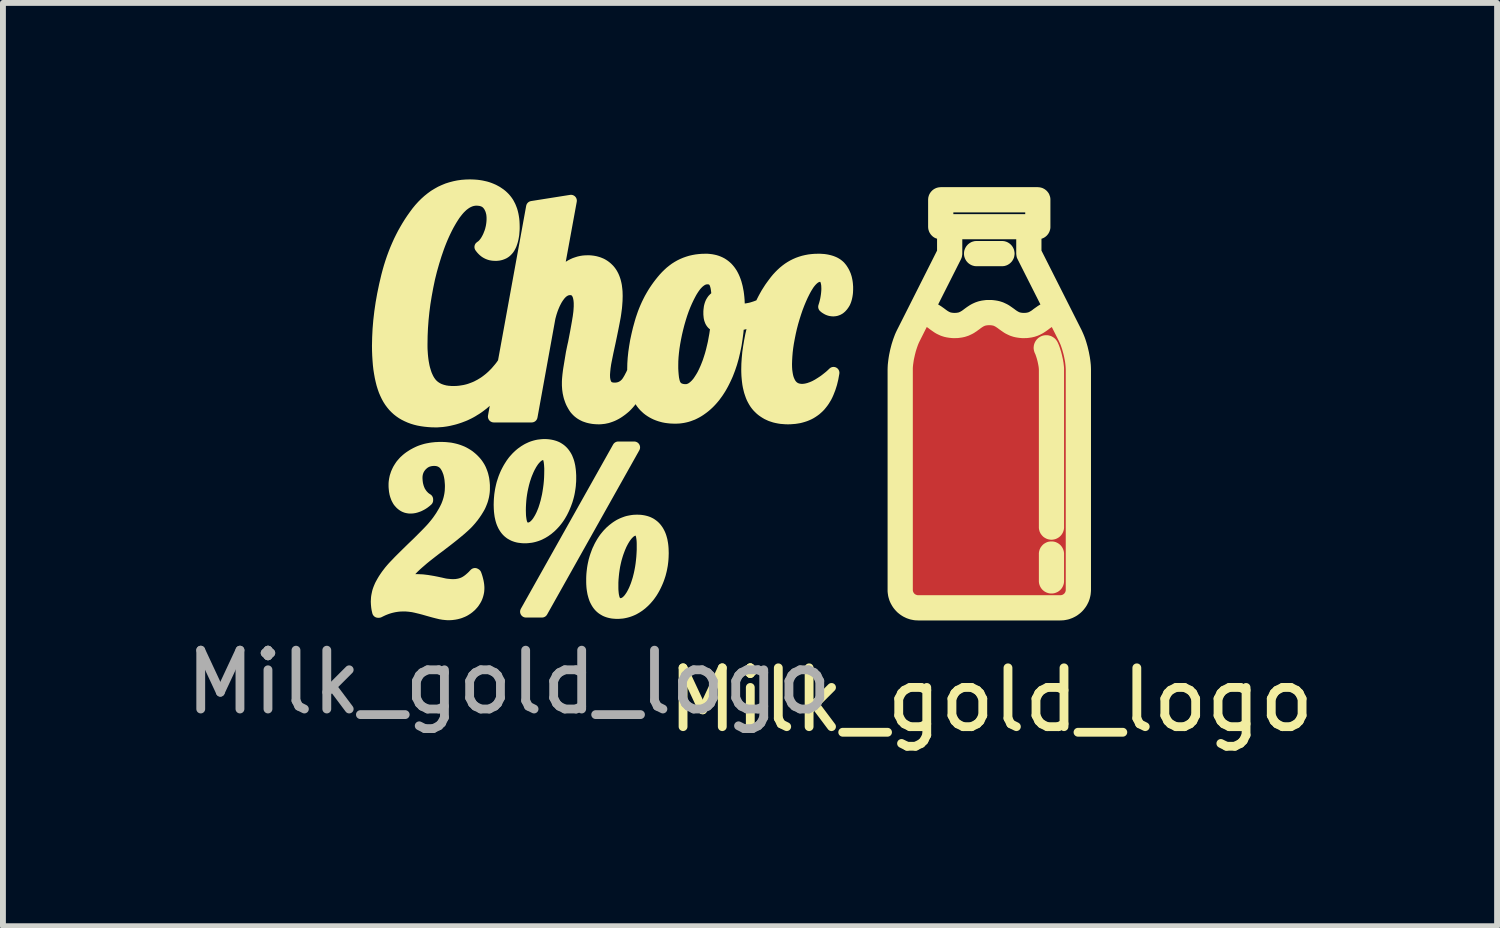
<source format=kicad_pcb>
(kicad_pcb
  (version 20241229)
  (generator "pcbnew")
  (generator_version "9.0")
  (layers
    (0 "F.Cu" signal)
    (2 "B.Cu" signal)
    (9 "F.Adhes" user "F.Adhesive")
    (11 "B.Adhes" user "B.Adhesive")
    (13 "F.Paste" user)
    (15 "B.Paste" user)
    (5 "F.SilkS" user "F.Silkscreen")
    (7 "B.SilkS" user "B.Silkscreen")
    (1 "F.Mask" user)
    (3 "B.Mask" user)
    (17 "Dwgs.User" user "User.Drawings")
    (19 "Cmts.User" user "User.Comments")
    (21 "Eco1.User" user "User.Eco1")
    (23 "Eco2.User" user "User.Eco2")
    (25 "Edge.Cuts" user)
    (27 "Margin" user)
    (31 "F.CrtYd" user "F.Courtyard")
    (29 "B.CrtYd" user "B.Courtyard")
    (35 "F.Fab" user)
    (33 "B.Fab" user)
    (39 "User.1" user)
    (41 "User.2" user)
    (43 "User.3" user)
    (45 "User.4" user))
  (footprint "Milk_gold_logo"
    (layer "F.Cu")
    (at 13.751 3.824)
    (property "Reference" "Milk_gold_logo" (at 0.05 5.025 0) (unlocked yes) (layer "F.SilkS") (effects (font (size 1 1) (thickness 0.15))))
    (attr smd)
    (fp_poly (pts (xy -0.005 -1.445) (xy 0.013 -1.444) (xy 0.031 -1.442) (xy 0.047 -1.439) (xy 0.062 -1.435) (xy 0.077 -1.431) (xy 0.091 -1.426) (xy 0.104 -1.421) (xy 0.116 -1.415) (xy 0.129 -1.408) (xy 0.141 -1.401) (xy 0.153 -1.393) (xy 0.165 -1.385) (xy 0.177 -1.376) (xy 0.201 -1.358) (xy 0.232 -1.335) (xy 0.265 -1.312) (xy 0.283 -1.301) (xy 0.302 -1.29) (xy 0.322 -1.279) (xy 0.343 -1.269) (xy 0.365 -1.26) (xy 0.389 -1.252) (xy 0.414 -1.244) (xy 0.441 -1.238) (xy 0.469 -1.232) (xy 0.499 -1.228) (xy 0.531 -1.226) (xy 0.564 -1.225) (xy 0.582 -1.225) (xy 0.598 -1.226) (xy 0.614 -1.227) (xy 0.63 -1.228) (xy 0.645 -1.23) (xy 0.66 -1.232) (xy 0.674 -1.235) (xy 0.688 -1.238) (xy 0.702 -1.241) (xy 0.715 -1.244) (xy 0.74 -1.252) (xy 0.764 -1.26) (xy 0.786 -1.269) (xy 0.807 -1.279) (xy 0.827 -1.29) (xy 0.846 -1.301) (xy 0.863 -1.312) (xy 0.881 -1.324) (xy 0.897 -1.335) (xy 0.928 -1.358) (xy 0.947 -1.372) (xy 0.965 -1.386) (xy 0.974 -1.392) (xy 0.983 -1.398) (xy 0.993 -1.403) (xy 1.002 -1.409) (xy 1.011 -1.414) (xy 1.021 -1.419) (xy 1.031 -1.423) (xy 1.041 -1.427) (xy 1.052 -1.431) (xy 1.063 -1.434) (xy 1.074 -1.437) (xy 1.086 -1.44) (xy 1.25 -1.115) (xy 1.263 -1.089) (xy 1.275 -1.06) (xy 1.287 -1.03) (xy 1.298 -0.998) (xy 1.309 -0.964) (xy 1.319 -0.93) (xy 1.329 -0.894) (xy 1.338 -0.859) (xy 1.346 -0.823) (xy 1.353 -0.787) (xy 1.36 -0.751) (xy 1.365 -0.717) (xy 1.369 -0.683) (xy 1.373 -0.65) (xy 1.374 -0.619) (xy 1.375 -0.59) (xy 1.375 3.155) (xy 1.375 3.165) (xy 1.374 3.174) (xy 1.373 3.184) (xy 1.371 3.193) (xy 1.369 3.202) (xy 1.367 3.211) (xy 1.364 3.22) (xy 1.36 3.229) (xy 1.356 3.237) (xy 1.352 3.246) (xy 1.348 3.254) (xy 1.343 3.261) (xy 1.337 3.269) (xy 1.332 3.276) (xy 1.326 3.283) (xy 1.319 3.29) (xy 1.313 3.296) (xy 1.306 3.302) (xy 1.299 3.308) (xy 1.291 3.313) (xy 1.283 3.318) (xy 1.275 3.322) (xy 1.267 3.327) (xy 1.259 3.33) (xy 1.25 3.334) (xy 1.241 3.337) (xy 1.232 3.339) (xy 1.223 3.342) (xy 1.214 3.343) (xy 1.204 3.344) (xy 1.194 3.345) (xy 1.185 3.345) (xy -1.235 3.345) (xy -1.244 3.345) (xy -1.254 3.344) (xy -1.264 3.343) (xy -1.273 3.342) (xy -1.282 3.339) (xy -1.291 3.337) (xy -1.3 3.334) (xy -1.309 3.33) (xy -1.317 3.327) (xy -1.325 3.322) (xy -1.333 3.318) (xy -1.341 3.313) (xy -1.349 3.308) (xy -1.356 3.302) (xy -1.363 3.296) (xy -1.369 3.29) (xy -1.376 3.283) (xy -1.382 3.276) (xy -1.387 3.269) (xy -1.393 3.261) (xy -1.398 3.254) (xy -1.402 3.246) (xy -1.406 3.237) (xy -1.41 3.229) (xy -1.414 3.22) (xy -1.417 3.211) (xy -1.419 3.202) (xy -1.421 3.193) (xy -1.423 3.184) (xy -1.424 3.174) (xy -1.425 3.165) (xy -1.425 3.155) (xy -1.425 -0.59) (xy -1.424 -0.619) (xy -1.423 -0.65) (xy -1.419 -0.683) (xy -1.415 -0.717) (xy -1.41 -0.751) (xy -1.403 -0.787) (xy -1.396 -0.823) (xy -1.388 -0.859) (xy -1.379 -0.894) (xy -1.369 -0.93) (xy -1.359 -0.964) (xy -1.348 -0.998) (xy -1.337 -1.03) (xy -1.325 -1.06) (xy -1.313 -1.089) (xy -1.3 -1.115) (xy -1.136 -1.44) (xy -1.124 -1.437) (xy -1.113 -1.434) (xy -1.102 -1.431) (xy -1.091 -1.427) (xy -1.081 -1.423) (xy -1.071 -1.419) (xy -1.061 -1.414) (xy -1.052 -1.409) (xy -1.043 -1.403) (xy -1.033 -1.398) (xy -1.024 -1.392) (xy -1.015 -1.386) (xy -0.997 -1.372) (xy -0.978 -1.358) (xy -0.947 -1.335) (xy -0.913 -1.312) (xy -0.896 -1.301) (xy -0.877 -1.29) (xy -0.857 -1.279) (xy -0.836 -1.269) (xy -0.813 -1.26) (xy -0.79 -1.252) (xy -0.765 -1.244) (xy -0.738 -1.238) (xy -0.71 -1.232) (xy -0.68 -1.228) (xy -0.648 -1.226) (xy -0.614 -1.225) (xy -0.597 -1.225) (xy -0.581 -1.226) (xy -0.564 -1.227) (xy -0.549 -1.228) (xy -0.534 -1.23) (xy -0.519 -1.232) (xy -0.504 -1.235) (xy -0.491 -1.238) (xy -0.477 -1.241) (xy -0.464 -1.244) (xy -0.439 -1.252) (xy -0.415 -1.26) (xy -0.393 -1.269) (xy -0.372 -1.279) (xy -0.352 -1.29) (xy -0.333 -1.301) (xy -0.315 -1.312) (xy -0.298 -1.324) (xy -0.282 -1.335) (xy -0.251 -1.358) (xy -0.226 -1.376) (xy -0.203 -1.393) (xy -0.191 -1.401) (xy -0.179 -1.408) (xy -0.166 -1.415) (xy -0.154 -1.421) (xy -0.14 -1.426) (xy -0.127 -1.431) (xy -0.112 -1.435) (xy -0.097 -1.439) (xy -0.081 -1.442) (xy -0.063 -1.444) (xy -0.045 -1.445) (xy -0.025 -1.445)) (stroke (width 0.2) (type solid)) (fill yes) (layer "F.Cu"))
    (fp_poly (pts (xy 0.246 -2.668) (xy 0.252 -2.667) (xy 0.258 -2.667) (xy 0.264 -2.666) (xy 0.269 -2.664) (xy 0.275 -2.663) (xy 0.28 -2.661) (xy 0.285 -2.659) (xy 0.29 -2.657) (xy 0.295 -2.654) (xy 0.3 -2.651) (xy 0.304 -2.648) (xy 0.309 -2.645) (xy 0.313 -2.642) (xy 0.317 -2.638) (xy 0.321 -2.635) (xy 0.325 -2.631) (xy 0.329 -2.626) (xy 0.332 -2.622) (xy 0.335 -2.618) (xy 0.338 -2.613) (xy 0.341 -2.608) (xy 0.344 -2.603) (xy 0.346 -2.598) (xy 0.348 -2.593) (xy 0.35 -2.588) (xy 0.351 -2.582) (xy 0.353 -2.577) (xy 0.354 -2.571) (xy 0.354 -2.565) (xy 0.355 -2.56) (xy 0.355 -2.554) (xy 0.355 -2.548) (xy 0.354 -2.542) (xy 0.354 -2.536) (xy 0.353 -2.531) (xy 0.351 -2.525) (xy 0.35 -2.52) (xy 0.348 -2.514) (xy 0.346 -2.509) (xy 0.344 -2.504) (xy 0.341 -2.499) (xy 0.338 -2.494) (xy 0.335 -2.49) (xy 0.332 -2.485) (xy 0.329 -2.481) (xy 0.325 -2.477) (xy 0.321 -2.473) (xy 0.317 -2.469) (xy 0.313 -2.465) (xy 0.309 -2.462) (xy 0.304 -2.459) (xy 0.3 -2.456) (xy 0.295 -2.453) (xy 0.29 -2.451) (xy 0.285 -2.448) (xy 0.28 -2.446) (xy 0.275 -2.444) (xy 0.269 -2.443) (xy 0.264 -2.442) (xy 0.258 -2.441) (xy 0.252 -2.44) (xy 0.246 -2.439) (xy 0.241 -2.439) (xy -0.191 -2.439) (xy -0.196 -2.439) (xy -0.202 -2.44) (xy -0.208 -2.441) (xy -0.214 -2.442) (xy -0.219 -2.443) (xy -0.225 -2.444) (xy -0.23 -2.446) (xy -0.235 -2.448) (xy -0.24 -2.451) (xy -0.245 -2.453) (xy -0.25 -2.456) (xy -0.254 -2.459) (xy -0.259 -2.462) (xy -0.263 -2.465) (xy -0.267 -2.469) (xy -0.271 -2.473) (xy -0.275 -2.477) (xy -0.279 -2.481) (xy -0.282 -2.485) (xy -0.285 -2.49) (xy -0.288 -2.494) (xy -0.291 -2.499) (xy -0.294 -2.504) (xy -0.296 -2.509) (xy -0.298 -2.514) (xy -0.3 -2.52) (xy -0.301 -2.525) (xy -0.303 -2.531) (xy -0.304 -2.536) (xy -0.304 -2.542) (xy -0.305 -2.548) (xy -0.305 -2.554) (xy -0.305 -2.56) (xy -0.304 -2.565) (xy -0.304 -2.571) (xy -0.303 -2.577) (xy -0.301 -2.582) (xy -0.3 -2.588) (xy -0.298 -2.593) (xy -0.296 -2.598) (xy -0.294 -2.603) (xy -0.291 -2.608) (xy -0.288 -2.613) (xy -0.285 -2.618) (xy -0.282 -2.622) (xy -0.279 -2.626) (xy -0.275 -2.631) (xy -0.271 -2.635) (xy -0.267 -2.638) (xy -0.263 -2.642) (xy -0.259 -2.645) (xy -0.254 -2.648) (xy -0.25 -2.651) (xy -0.245 -2.654) (xy -0.24 -2.657) (xy -0.235 -2.659) (xy -0.23 -2.661) (xy -0.225 -2.663) (xy -0.219 -2.664) (xy -0.214 -2.666) (xy -0.208 -2.667) (xy -0.202 -2.667) (xy -0.196 -2.668) (xy -0.191 -2.668) (xy 0.241 -2.668)) (stroke (width 0.2) (type solid)) (fill yes) (layer "F.Mask"))
    (fp_poly (pts (xy 0.856 -3.583) (xy 0.862 -3.582) (xy 0.868 -3.581) (xy 0.873 -3.58) (xy 0.879 -3.579) (xy 0.884 -3.578) (xy 0.89 -3.576) (xy 0.895 -3.574) (xy 0.9 -3.571) (xy 0.905 -3.569) (xy 0.91 -3.566) (xy 0.914 -3.563) (xy 0.919 -3.56) (xy 0.923 -3.557) (xy 0.927 -3.553) (xy 0.931 -3.549) (xy 0.935 -3.545) (xy 0.938 -3.541) (xy 0.942 -3.537) (xy 0.945 -3.532) (xy 0.948 -3.528) (xy 0.951 -3.523) (xy 0.953 -3.518) (xy 0.956 -3.513) (xy 0.958 -3.508) (xy 0.959 -3.503) (xy 0.961 -3.497) (xy 0.962 -3.492) (xy 0.963 -3.486) (xy 0.964 -3.48) (xy 0.964 -3.474) (xy 0.964 -3.469) (xy 0.964 -3.011) (xy 0.964 -3.005) (xy 0.964 -2.999) (xy 0.963 -2.994) (xy 0.962 -2.988) (xy 0.961 -2.983) (xy 0.959 -2.977) (xy 0.958 -2.972) (xy 0.956 -2.967) (xy 0.953 -2.962) (xy 0.951 -2.957) (xy 0.948 -2.952) (xy 0.945 -2.947) (xy 0.942 -2.943) (xy 0.938 -2.938) (xy 0.935 -2.934) (xy 0.931 -2.93) (xy 0.927 -2.926) (xy 0.923 -2.923) (xy 0.919 -2.919) (xy 0.914 -2.916) (xy 0.91 -2.913) (xy 0.905 -2.91) (xy 0.9 -2.908) (xy 0.895 -2.906) (xy 0.89 -2.903) (xy 0.884 -2.902) (xy 0.879 -2.9) (xy 0.873 -2.899) (xy 0.868 -2.898) (xy 0.862 -2.897) (xy 0.856 -2.897) (xy 0.85 -2.896) (xy 0.812 -2.896) (xy 0.812 -2.581) (xy 1.504 -1.21) (xy 1.519 -1.177) (xy 1.535 -1.143) (xy 1.549 -1.106) (xy 1.563 -1.068) (xy 1.576 -1.028) (xy 1.588 -0.987) (xy 1.6 -0.945) (xy 1.61 -0.903) (xy 1.62 -0.861) (xy 1.629 -0.818) (xy 1.636 -0.776) (xy 1.642 -0.735) (xy 1.647 -0.694) (xy 1.651 -0.655) (xy 1.653 -0.617) (xy 1.654 -0.581) (xy 1.654 3.163) (xy 1.653 3.185) (xy 1.652 3.206) (xy 1.649 3.227) (xy 1.645 3.248) (xy 1.641 3.268) (xy 1.635 3.288) (xy 1.628 3.307) (xy 1.621 3.326) (xy 1.612 3.345) (xy 1.603 3.363) (xy 1.593 3.38) (xy 1.582 3.397) (xy 1.571 3.414) (xy 1.558 3.43) (xy 1.545 3.445) (xy 1.531 3.46) (xy 1.516 3.474) (xy 1.501 3.487) (xy 1.485 3.499) (xy 1.469 3.511) (xy 1.452 3.522) (xy 1.434 3.532) (xy 1.416 3.541) (xy 1.398 3.55) (xy 1.379 3.557) (xy 1.359 3.564) (xy 1.339 3.569) (xy 1.319 3.574) (xy 1.299 3.578) (xy 1.278 3.581) (xy 1.256 3.582) (xy 1.235 3.583) (xy -1.185 3.583) (xy -1.206 3.582) (xy -1.228 3.581) (xy -1.249 3.578) (xy -1.269 3.574) (xy -1.289 3.569) (xy -1.309 3.564) (xy -1.329 3.557) (xy -1.348 3.55) (xy -1.366 3.541) (xy -1.384 3.532) (xy -1.402 3.522) (xy -1.419 3.511) (xy -1.435 3.499) (xy -1.451 3.487) (xy -1.466 3.474) (xy -1.481 3.46) (xy -1.495 3.445) (xy -1.508 3.43) (xy -1.52 3.414) (xy -1.532 3.397) (xy -1.543 3.38) (xy -1.553 3.363) (xy -1.562 3.345) (xy -1.571 3.326) (xy -1.578 3.307) (xy -1.585 3.288) (xy -1.591 3.268) (xy -1.595 3.248) (xy -1.599 3.227) (xy -1.602 3.206) (xy -1.603 3.185) (xy -1.604 3.163) (xy -1.604 -0.581) (xy -1.603 -0.617) (xy -1.601 -0.655) (xy -1.597 -0.694) (xy -1.592 -0.735) (xy -1.586 -0.776) (xy -1.579 -0.818) (xy -1.57 -0.861) (xy -1.56 -0.903) (xy -1.55 -0.945) (xy -1.538 -0.987) (xy -1.526 -1.028) (xy -1.513 -1.068) (xy -1.499 -1.106) (xy -1.485 -1.143) (xy -1.469 -1.177) (xy -1.454 -1.21) (xy -1.237 -1.64) (xy -0.981 -1.64) (xy -0.966 -1.635) (xy -0.951 -1.629) (xy -0.937 -1.624) (xy -0.924 -1.617) (xy -0.91 -1.611) (xy -0.898 -1.604) (xy -0.885 -1.597) (xy -0.874 -1.59) (xy -0.862 -1.583) (xy -0.851 -1.576) (xy -0.83 -1.562) (xy -0.81 -1.547) (xy -0.79 -1.533) (xy -0.766 -1.514) (xy -0.742 -1.498) (xy -0.73 -1.49) (xy -0.718 -1.483) (xy -0.706 -1.476) (xy -0.693 -1.47) (xy -0.68 -1.465) (xy -0.666 -1.46) (xy -0.651 -1.455) (xy -0.636 -1.452) (xy -0.62 -1.449) (xy -0.602 -1.447) (xy -0.584 -1.446) (xy -0.564 -1.445) (xy -0.544 -1.446) (xy -0.526 -1.447) (xy -0.508 -1.449) (xy -0.492 -1.452) (xy -0.477 -1.455) (xy -0.463 -1.46) (xy -0.449 -1.465) (xy -0.436 -1.47) (xy -0.423 -1.476) (xy -0.411 -1.483) (xy -0.399 -1.49) (xy -0.387 -1.498) (xy -0.375 -1.506) (xy -0.363 -1.514) (xy -0.338 -1.533) (xy -0.308 -1.555) (xy -0.274 -1.578) (xy -0.256 -1.59) (xy -0.237 -1.601) (xy -0.218 -1.611) (xy -0.196 -1.621) (xy -0.174 -1.631) (xy -0.151 -1.639) (xy -0.125 -1.647) (xy -0.099 -1.653) (xy -0.071 -1.658) (xy -0.041 -1.662) (xy -0.009 -1.665) (xy 0.025 -1.666) (xy 0.042 -1.665) (xy 0.059 -1.665) (xy 0.075 -1.664) (xy 0.091 -1.662) (xy 0.106 -1.66) (xy 0.121 -1.658) (xy 0.135 -1.656) (xy 0.149 -1.653) (xy 0.162 -1.65) (xy 0.175 -1.647) (xy 0.201 -1.639) (xy 0.224 -1.631) (xy 0.246 -1.621) (xy 0.268 -1.611) (xy 0.287 -1.601) (xy 0.306 -1.59) (xy 0.324 -1.578) (xy 0.341 -1.567) (xy 0.358 -1.555) (xy 0.388 -1.533) (xy 0.413 -1.514) (xy 0.437 -1.498) (xy 0.449 -1.49) (xy 0.461 -1.483) (xy 0.473 -1.476) (xy 0.486 -1.47) (xy 0.499 -1.465) (xy 0.513 -1.46) (xy 0.527 -1.455) (xy 0.543 -1.452) (xy 0.559 -1.449) (xy 0.576 -1.447) (xy 0.595 -1.446) (xy 0.615 -1.445) (xy 0.634 -1.446) (xy 0.653 -1.447) (xy 0.67 -1.449) (xy 0.686 -1.452) (xy 0.702 -1.455) (xy 0.716 -1.46) (xy 0.73 -1.465) (xy 0.743 -1.47) (xy 0.756 -1.476) (xy 0.768 -1.483) (xy 0.78 -1.49) (xy 0.792 -1.498) (xy 0.804 -1.506) (xy 0.816 -1.514) (xy 0.84 -1.533) (xy 0.86 -1.547) (xy 0.88 -1.562) (xy 0.901 -1.576) (xy 0.924 -1.59) (xy 0.935 -1.597) (xy 0.948 -1.604) (xy 0.96 -1.611) (xy 0.974 -1.617) (xy 0.987 -1.624) (xy 1.001 -1.629) (xy 1.016 -1.635) (xy 1.031 -1.64) (xy 0.596 -2.502) (xy 0.595 -2.505) (xy 0.593 -2.508) (xy 0.592 -2.511) (xy 0.591 -2.514) (xy 0.59 -2.518) (xy 0.589 -2.521) (xy 0.588 -2.524) (xy 0.587 -2.527) (xy 0.586 -2.531) (xy 0.585 -2.534) (xy 0.585 -2.537) (xy 0.584 -2.54) (xy 0.584 -2.544) (xy 0.584 -2.547) (xy 0.584 -2.55) (xy 0.584 -2.554) (xy 0.584 -2.896) (xy -0.534 -2.896) (xy -0.534 -2.554) (xy -0.534 -2.55) (xy -0.534 -2.547) (xy -0.534 -2.544) (xy -0.534 -2.54) (xy -0.535 -2.537) (xy -0.535 -2.534) (xy -0.536 -2.531) (xy -0.537 -2.527) (xy -0.538 -2.524) (xy -0.539 -2.521) (xy -0.54 -2.518) (xy -0.541 -2.514) (xy -0.542 -2.511) (xy -0.543 -2.508) (xy -0.545 -2.505) (xy -0.546 -2.502) (xy -0.981 -1.64) (xy -1.237 -1.64) (xy -0.762 -2.581) (xy -0.762 -2.896) (xy -0.8 -2.896) (xy -0.806 -2.897) (xy -0.812 -2.897) (xy -0.818 -2.898) (xy -0.823 -2.899) (xy -0.829 -2.9) (xy -0.834 -2.902) (xy -0.84 -2.903) (xy -0.845 -2.906) (xy -0.85 -2.908) (xy -0.855 -2.91) (xy -0.86 -2.913) (xy -0.864 -2.916) (xy -0.869 -2.919) (xy -0.873 -2.923) (xy -0.877 -2.926) (xy -0.881 -2.93) (xy -0.885 -2.934) (xy -0.888 -2.938) (xy -0.892 -2.943) (xy -0.895 -2.947) (xy -0.898 -2.952) (xy -0.901 -2.957) (xy -0.903 -2.962) (xy -0.906 -2.967) (xy -0.908 -2.972) (xy -0.909 -2.977) (xy -0.911 -2.983) (xy -0.912 -2.988) (xy -0.913 -2.994) (xy -0.914 -2.999) (xy -0.914 -3.005) (xy -0.914 -3.011) (xy -0.914 -3.125) (xy -0.686 -3.125) (xy 0.736 -3.125) (xy 0.736 -3.354) (xy -0.686 -3.354) (xy -0.686 -3.125) (xy -0.914 -3.125) (xy -0.914 -3.469) (xy -0.914 -3.474) (xy -0.914 -3.48) (xy -0.913 -3.486) (xy -0.912 -3.492) (xy -0.911 -3.497) (xy -0.909 -3.503) (xy -0.908 -3.508) (xy -0.906 -3.513) (xy -0.903 -3.518) (xy -0.901 -3.523) (xy -0.898 -3.528) (xy -0.895 -3.532) (xy -0.892 -3.537) (xy -0.888 -3.541) (xy -0.885 -3.545) (xy -0.881 -3.549) (xy -0.877 -3.553) (xy -0.873 -3.557) (xy -0.869 -3.56) (xy -0.864 -3.563) (xy -0.86 -3.566) (xy -0.855 -3.569) (xy -0.85 -3.571) (xy -0.845 -3.574) (xy -0.84 -3.576) (xy -0.834 -3.578) (xy -0.829 -3.579) (xy -0.823 -3.58) (xy -0.818 -3.581) (xy -0.812 -3.582) (xy -0.806 -3.583) (xy -0.8 -3.583) (xy 0.85 -3.583)) (stroke (width 0.2) (type solid)) (fill yes) (layer "F.Mask"))
    (fp_poly (pts (xy -9.396 0.292) (xy -9.396 0.292) (xy -9.396 0.292)) (stroke (width 0.2) (type solid)) (fill yes) (layer "F.SilkS"))
    (fp_poly (pts (xy -7.587 3.525) (xy -7.859 3.525) (xy -6.29 0.732) (xy -6.019 0.732)) (stroke (width 0.2) (type solid)) (fill yes) (layer "F.SilkS"))
    (fp_poly (pts (xy 0.239 -2.677) (xy 0.245 -2.676) (xy 0.251 -2.676) (xy 0.256 -2.675) (xy 0.262 -2.673) (xy 0.267 -2.672) (xy 0.273 -2.67) (xy 0.278 -2.668) (xy 0.283 -2.666) (xy 0.288 -2.663) (xy 0.293 -2.66) (xy 0.297 -2.657) (xy 0.302 -2.654) (xy 0.306 -2.651) (xy 0.31 -2.647) (xy 0.314 -2.643) (xy 0.318 -2.639) (xy 0.322 -2.635) (xy 0.325 -2.631) (xy 0.328 -2.626) (xy 0.331 -2.622) (xy 0.334 -2.617) (xy 0.336 -2.612) (xy 0.339 -2.607) (xy 0.341 -2.602) (xy 0.343 -2.597) (xy 0.344 -2.591) (xy 0.345 -2.586) (xy 0.346 -2.58) (xy 0.347 -2.574) (xy 0.348 -2.568) (xy 0.348 -2.563) (xy 0.348 -2.557) (xy 0.347 -2.551) (xy 0.346 -2.545) (xy 0.345 -2.539) (xy 0.344 -2.534) (xy 0.343 -2.529) (xy 0.341 -2.523) (xy 0.339 -2.518) (xy 0.336 -2.513) (xy 0.334 -2.508) (xy 0.331 -2.503) (xy 0.328 -2.499) (xy 0.325 -2.494) (xy 0.322 -2.49) (xy 0.318 -2.486) (xy 0.314 -2.482) (xy 0.31 -2.478) (xy 0.306 -2.474) (xy 0.302 -2.471) (xy 0.297 -2.468) (xy 0.293 -2.465) (xy 0.288 -2.462) (xy 0.283 -2.459) (xy 0.278 -2.457) (xy 0.273 -2.455) (xy 0.267 -2.453) (xy 0.262 -2.452) (xy 0.256 -2.45) (xy 0.251 -2.449) (xy 0.245 -2.449) (xy 0.239 -2.448) (xy 0.233 -2.448) (xy -0.198 -2.448) (xy -0.204 -2.448) (xy -0.209 -2.449) (xy -0.215 -2.449) (xy -0.221 -2.45) (xy -0.226 -2.452) (xy -0.232 -2.453) (xy -0.237 -2.455) (xy -0.242 -2.457) (xy -0.247 -2.459) (xy -0.252 -2.462) (xy -0.257 -2.465) (xy -0.262 -2.468) (xy -0.266 -2.471) (xy -0.271 -2.474) (xy -0.275 -2.478) (xy -0.279 -2.482) (xy -0.282 -2.486) (xy -0.286 -2.49) (xy -0.289 -2.494) (xy -0.293 -2.499) (xy -0.296 -2.503) (xy -0.298 -2.508) (xy -0.301 -2.513) (xy -0.303 -2.518) (xy -0.305 -2.523) (xy -0.307 -2.529) (xy -0.309 -2.534) (xy -0.31 -2.539) (xy -0.311 -2.545) (xy -0.312 -2.551) (xy -0.312 -2.557) (xy -0.312 -2.563) (xy -0.312 -2.568) (xy -0.312 -2.574) (xy -0.311 -2.58) (xy -0.31 -2.586) (xy -0.309 -2.591) (xy -0.307 -2.597) (xy -0.305 -2.602) (xy -0.303 -2.607) (xy -0.301 -2.612) (xy -0.298 -2.617) (xy -0.296 -2.622) (xy -0.293 -2.626) (xy -0.289 -2.631) (xy -0.286 -2.635) (xy -0.282 -2.639) (xy -0.279 -2.643) (xy -0.275 -2.647) (xy -0.271 -2.651) (xy -0.266 -2.654) (xy -0.262 -2.657) (xy -0.257 -2.66) (xy -0.252 -2.663) (xy -0.247 -2.666) (xy -0.242 -2.668) (xy -0.237 -2.67) (xy -0.232 -2.672) (xy -0.226 -2.673) (xy -0.221 -2.675) (xy -0.215 -2.676) (xy -0.209 -2.676) (xy -0.204 -2.677) (xy -0.198 -2.677) (xy 0.233 -2.677)) (stroke (width 0.2) (type solid)) (fill yes) (layer "F.SilkS"))
    (fp_poly (pts (xy 1.081 2.431) (xy 1.087 2.431) (xy 1.092 2.432) (xy 1.098 2.433) (xy 1.103 2.434) (xy 1.109 2.435) (xy 1.114 2.437) (xy 1.119 2.439) (xy 1.124 2.442) (xy 1.129 2.444) (xy 1.134 2.447) (xy 1.139 2.45) (xy 1.143 2.453) (xy 1.148 2.456) (xy 1.152 2.46) (xy 1.156 2.464) (xy 1.16 2.468) (xy 1.163 2.472) (xy 1.167 2.476) (xy 1.17 2.481) (xy 1.173 2.485) (xy 1.175 2.49) (xy 1.178 2.495) (xy 1.18 2.5) (xy 1.182 2.505) (xy 1.184 2.511) (xy 1.186 2.516) (xy 1.187 2.522) (xy 1.188 2.527) (xy 1.189 2.533) (xy 1.189 2.539) (xy 1.189 2.545) (xy 1.189 3.002) (xy 1.189 3.008) (xy 1.189 3.014) (xy 1.188 3.019) (xy 1.187 3.025) (xy 1.186 3.031) (xy 1.184 3.036) (xy 1.182 3.041) (xy 1.18 3.047) (xy 1.178 3.052) (xy 1.175 3.057) (xy 1.173 3.061) (xy 1.17 3.066) (xy 1.167 3.07) (xy 1.163 3.075) (xy 1.16 3.079) (xy 1.156 3.083) (xy 1.152 3.087) (xy 1.148 3.09) (xy 1.143 3.094) (xy 1.139 3.097) (xy 1.134 3.1) (xy 1.129 3.103) (xy 1.124 3.105) (xy 1.119 3.107) (xy 1.114 3.109) (xy 1.109 3.111) (xy 1.103 3.113) (xy 1.098 3.114) (xy 1.092 3.115) (xy 1.087 3.116) (xy 1.081 3.116) (xy 1.075 3.116) (xy 1.069 3.116) (xy 1.063 3.116) (xy 1.057 3.115) (xy 1.052 3.114) (xy 1.046 3.113) (xy 1.041 3.111) (xy 1.036 3.109) (xy 1.03 3.107) (xy 1.025 3.105) (xy 1.02 3.103) (xy 1.016 3.1) (xy 1.011 3.097) (xy 1.006 3.094) (xy 1.002 3.09) (xy 0.998 3.087) (xy 0.994 3.083) (xy 0.99 3.079) (xy 0.987 3.075) (xy 0.983 3.07) (xy 0.98 3.066) (xy 0.977 3.061) (xy 0.974 3.057) (xy 0.972 3.052) (xy 0.97 3.047) (xy 0.967 3.041) (xy 0.966 3.036) (xy 0.964 3.031) (xy 0.963 3.025) (xy 0.962 3.019) (xy 0.961 3.014) (xy 0.961 3.008) (xy 0.961 3.002) (xy 0.961 2.545) (xy 0.961 2.539) (xy 0.961 2.533) (xy 0.962 2.527) (xy 0.963 2.522) (xy 0.964 2.516) (xy 0.966 2.511) (xy 0.967 2.505) (xy 0.97 2.5) (xy 0.972 2.495) (xy 0.974 2.49) (xy 0.977 2.485) (xy 0.98 2.481) (xy 0.983 2.476) (xy 0.987 2.472) (xy 0.99 2.468) (xy 0.994 2.464) (xy 0.998 2.46) (xy 1.002 2.456) (xy 1.006 2.453) (xy 1.011 2.45) (xy 1.016 2.447) (xy 1.02 2.444) (xy 1.025 2.442) (xy 1.03 2.439) (xy 1.036 2.437) (xy 1.041 2.435) (xy 1.046 2.434) (xy 1.052 2.433) (xy 1.057 2.432) (xy 1.063 2.431) (xy 1.069 2.431) (xy 1.075 2.43)) (stroke (width 0.2) (type solid)) (fill yes) (layer "F.SilkS"))
    (fp_poly (pts (xy 0.99 -1.075) (xy 0.995 -1.075) (xy 1.001 -1.075) (xy 1.006 -1.074) (xy 1.012 -1.073) (xy 1.017 -1.071) (xy 1.022 -1.07) (xy 1.027 -1.068) (xy 1.033 -1.066) (xy 1.038 -1.064) (xy 1.042 -1.061) (xy 1.047 -1.058) (xy 1.052 -1.055) (xy 1.056 -1.052) (xy 1.061 -1.048) (xy 1.065 -1.045) (xy 1.069 -1.041) (xy 1.073 -1.037) (xy 1.076 -1.032) (xy 1.08 -1.028) (xy 1.083 -1.023) (xy 1.086 -1.018) (xy 1.089 -1.013) (xy 1.098 -0.993) (xy 1.108 -0.97) (xy 1.117 -0.946) (xy 1.126 -0.92) (xy 1.134 -0.893) (xy 1.143 -0.865) (xy 1.158 -0.806) (xy 1.171 -0.747) (xy 1.176 -0.718) (xy 1.181 -0.69) (xy 1.184 -0.662) (xy 1.187 -0.637) (xy 1.189 -0.612) (xy 1.189 -0.59) (xy 1.189 2.087) (xy 1.189 2.093) (xy 1.189 2.099) (xy 1.188 2.105) (xy 1.187 2.11) (xy 1.186 2.116) (xy 1.184 2.121) (xy 1.182 2.127) (xy 1.18 2.132) (xy 1.178 2.137) (xy 1.175 2.142) (xy 1.173 2.147) (xy 1.17 2.151) (xy 1.167 2.156) (xy 1.163 2.16) (xy 1.16 2.164) (xy 1.156 2.168) (xy 1.152 2.172) (xy 1.148 2.176) (xy 1.143 2.179) (xy 1.139 2.182) (xy 1.134 2.185) (xy 1.129 2.188) (xy 1.124 2.19) (xy 1.119 2.193) (xy 1.114 2.195) (xy 1.109 2.197) (xy 1.103 2.198) (xy 1.098 2.199) (xy 1.092 2.2) (xy 1.087 2.201) (xy 1.081 2.202) (xy 1.075 2.202) (xy 1.069 2.202) (xy 1.063 2.201) (xy 1.057 2.2) (xy 1.052 2.199) (xy 1.046 2.198) (xy 1.041 2.197) (xy 1.036 2.195) (xy 1.03 2.193) (xy 1.025 2.19) (xy 1.02 2.188) (xy 1.016 2.185) (xy 1.011 2.182) (xy 1.006 2.179) (xy 1.002 2.176) (xy 0.998 2.172) (xy 0.994 2.168) (xy 0.99 2.164) (xy 0.987 2.16) (xy 0.983 2.156) (xy 0.98 2.151) (xy 0.977 2.147) (xy 0.974 2.142) (xy 0.972 2.137) (xy 0.97 2.132) (xy 0.967 2.127) (xy 0.966 2.121) (xy 0.964 2.116) (xy 0.963 2.11) (xy 0.962 2.105) (xy 0.961 2.099) (xy 0.961 2.093) (xy 0.961 2.087) (xy 0.961 -0.59) (xy 0.96 -0.606) (xy 0.959 -0.623) (xy 0.957 -0.642) (xy 0.954 -0.663) (xy 0.946 -0.707) (xy 0.936 -0.753) (xy 0.924 -0.799) (xy 0.911 -0.841) (xy 0.904 -0.861) (xy 0.898 -0.879) (xy 0.891 -0.896) (xy 0.884 -0.91) (xy 0.882 -0.915) (xy 0.88 -0.92) (xy 0.878 -0.926) (xy 0.876 -0.931) (xy 0.875 -0.937) (xy 0.874 -0.942) (xy 0.873 -0.948) (xy 0.872 -0.953) (xy 0.872 -0.959) (xy 0.872 -0.965) (xy 0.873 -0.97) (xy 0.873 -0.976) (xy 0.874 -0.981) (xy 0.875 -0.986) (xy 0.876 -0.992) (xy 0.878 -0.997) (xy 0.88 -1.002) (xy 0.882 -1.007) (xy 0.884 -1.012) (xy 0.887 -1.017) (xy 0.89 -1.022) (xy 0.893 -1.026) (xy 0.896 -1.031) (xy 0.899 -1.035) (xy 0.903 -1.039) (xy 0.907 -1.043) (xy 0.911 -1.047) (xy 0.916 -1.051) (xy 0.92 -1.054) (xy 0.925 -1.057) (xy 0.93 -1.06) (xy 0.935 -1.063) (xy 0.94 -1.066) (xy 0.946 -1.068) (xy 0.951 -1.07) (xy 0.957 -1.072) (xy 0.962 -1.073) (xy 0.968 -1.074) (xy 0.973 -1.075) (xy 0.979 -1.075) (xy 0.984 -1.076)) (stroke (width 0.2) (type solid)) (fill yes) (layer "F.SilkS"))
    (fp_poly (pts (xy -5.943 1.977) (xy -5.917 1.978) (xy -5.892 1.981) (xy -5.867 1.985) (xy -5.844 1.99) (xy -5.821 1.996) (xy -5.799 2.003) (xy -5.779 2.011) (xy -5.758 2.021) (xy -5.739 2.031) (xy -5.721 2.043) (xy -5.703 2.056) (xy -5.687 2.069) (xy -5.671 2.084) (xy -5.656 2.1) (xy -5.642 2.117) (xy -5.629 2.135) (xy -5.616 2.154) (xy -5.605 2.174) (xy -5.594 2.195) (xy -5.584 2.217) (xy -5.575 2.24) (xy -5.567 2.264) (xy -5.56 2.289) (xy -5.553 2.315) (xy -5.548 2.343) (xy -5.543 2.371) (xy -5.539 2.401) (xy -5.536 2.431) (xy -5.534 2.463) (xy -5.533 2.496) (xy -5.532 2.53) (xy -5.533 2.564) (xy -5.534 2.598) (xy -5.536 2.631) (xy -5.539 2.665) (xy -5.543 2.698) (xy -5.547 2.73) (xy -5.553 2.762) (xy -5.559 2.794) (xy -5.566 2.826) (xy -5.574 2.857) (xy -5.582 2.888) (xy -5.592 2.919) (xy -5.602 2.949) (xy -5.613 2.979) (xy -5.625 3.009) (xy -5.638 3.039) (xy -5.651 3.067) (xy -5.665 3.096) (xy -5.679 3.123) (xy -5.694 3.15) (xy -5.709 3.175) (xy -5.725 3.201) (xy -5.742 3.225) (xy -5.759 3.249) (xy -5.776 3.271) (xy -5.795 3.293) (xy -5.814 3.315) (xy -5.833 3.335) (xy -5.853 3.355) (xy -5.874 3.374) (xy -5.895 3.393) (xy -5.917 3.41) (xy -5.939 3.427) (xy -5.962 3.442) (xy -5.985 3.457) (xy -6.008 3.47) (xy -6.031 3.483) (xy -6.055 3.494) (xy -6.079 3.504) (xy -6.103 3.513) (xy -6.127 3.521) (xy -6.152 3.528) (xy -6.177 3.534) (xy -6.202 3.539) (xy -6.227 3.543) (xy -6.253 3.545) (xy -6.279 3.547) (xy -6.305 3.548) (xy -6.305 3.548) (xy -6.332 3.547) (xy -6.358 3.545) (xy -6.382 3.543) (xy -6.406 3.539) (xy -6.429 3.534) (xy -6.452 3.528) (xy -6.473 3.521) (xy -6.494 3.513) (xy -6.513 3.504) (xy -6.532 3.493) (xy -6.55 3.482) (xy -6.567 3.47) (xy -6.584 3.456) (xy -6.599 3.442) (xy -6.614 3.426) (xy -6.628 3.409) (xy -6.641 3.391) (xy -6.653 3.372) (xy -6.664 3.352) (xy -6.675 3.331) (xy -6.685 3.309) (xy -6.693 3.286) (xy -6.701 3.262) (xy -6.708 3.236) (xy -6.715 3.21) (xy -6.72 3.182) (xy -6.725 3.153) (xy -6.729 3.124) (xy -6.732 3.093) (xy -6.732 3.087) (xy -6.388 3.087) (xy -6.388 3.126) (xy -6.387 3.161) (xy -6.384 3.195) (xy -6.381 3.225) (xy -6.377 3.253) (xy -6.371 3.278) (xy -6.369 3.29) (xy -6.365 3.301) (xy -6.362 3.311) (xy -6.358 3.321) (xy -6.354 3.33) (xy -6.349 3.338) (xy -6.344 3.346) (xy -6.339 3.353) (xy -6.336 3.357) (xy -6.333 3.36) (xy -6.33 3.363) (xy -6.327 3.366) (xy -6.324 3.369) (xy -6.321 3.372) (xy -6.318 3.374) (xy -6.315 3.377) (xy -6.312 3.379) (xy -6.308 3.381) (xy -6.305 3.383) (xy -6.301 3.385) (xy -6.297 3.386) (xy -6.294 3.388) (xy -6.29 3.389) (xy -6.286 3.391) (xy -6.282 3.392) (xy -6.278 3.393) (xy -6.274 3.393) (xy -6.27 3.394) (xy -6.266 3.395) (xy -6.261 3.395) (xy -6.253 3.395) (xy -6.247 3.395) (xy -6.24 3.395) (xy -6.234 3.394) (xy -6.228 3.393) (xy -6.222 3.392) (xy -6.216 3.39) (xy -6.21 3.389) (xy -6.204 3.387) (xy -6.198 3.384) (xy -6.193 3.382) (xy -6.181 3.376) (xy -6.169 3.369) (xy -6.157 3.361) (xy -6.146 3.352) (xy -6.135 3.342) (xy -6.123 3.33) (xy -6.112 3.318) (xy -6.101 3.305) (xy -6.09 3.29) (xy -6.079 3.274) (xy -6.068 3.258) (xy -6.057 3.24) (xy -6.047 3.222) (xy -6.037 3.203) (xy -6.027 3.183) (xy -6.017 3.163) (xy -6.008 3.142) (xy -5.999 3.12) (xy -5.99 3.098) (xy -5.981 3.075) (xy -5.973 3.051) (xy -5.965 3.027) (xy -5.957 3.001) (xy -5.949 2.976) (xy -5.942 2.949) (xy -5.928 2.894) (xy -5.916 2.837) (xy -5.905 2.778) (xy -5.896 2.719) (xy -5.889 2.659) (xy -5.883 2.597) (xy -5.879 2.535) (xy -5.876 2.472) (xy -5.876 2.407) (xy -5.876 2.371) (xy -5.877 2.338) (xy -5.879 2.308) (xy -5.882 2.28) (xy -5.886 2.255) (xy -5.89 2.232) (xy -5.893 2.222) (xy -5.896 2.212) (xy -5.899 2.204) (xy -5.902 2.195) (xy -5.905 2.188) (xy -5.909 2.181) (xy -5.911 2.177) (xy -5.913 2.174) (xy -5.915 2.171) (xy -5.918 2.168) (xy -5.92 2.165) (xy -5.922 2.162) (xy -5.925 2.159) (xy -5.927 2.157) (xy -5.93 2.154) (xy -5.932 2.152) (xy -5.935 2.15) (xy -5.938 2.148) (xy -5.941 2.146) (xy -5.944 2.144) (xy -5.947 2.143) (xy -5.95 2.141) (xy -5.953 2.14) (xy -5.956 2.138) (xy -5.959 2.137) (xy -5.963 2.136) (xy -5.966 2.135) (xy -5.97 2.134) (xy -5.973 2.134) (xy -5.977 2.133) (xy -5.981 2.133) (xy -5.985 2.132) (xy -5.992 2.132) (xy -5.998 2.132) (xy -6.004 2.133) (xy -6.01 2.133) (xy -6.016 2.134) (xy -6.022 2.136) (xy -6.028 2.137) (xy -6.034 2.139) (xy -6.04 2.141) (xy -6.046 2.143) (xy -6.051 2.146) (xy -6.063 2.152) (xy -6.075 2.159) (xy -6.087 2.167) (xy -6.099 2.177) (xy -6.11 2.187) (xy -6.122 2.199) (xy -6.134 2.212) (xy -6.146 2.225) (xy -6.157 2.24) (xy -6.169 2.256) (xy -6.181 2.273) (xy -6.192 2.291) (xy -6.203 2.309) (xy -6.214 2.328) (xy -6.224 2.347) (xy -6.235 2.368) (xy -6.245 2.388) (xy -6.254 2.41) (xy -6.264 2.432) (xy -6.273 2.455) (xy -6.282 2.479) (xy -6.291 2.503) (xy -6.3 2.528) (xy -6.308 2.553) (xy -6.316 2.579) (xy -6.332 2.634) (xy -6.345 2.69) (xy -6.357 2.746) (xy -6.366 2.802) (xy -6.374 2.858) (xy -6.38 2.915) (xy -6.385 2.972) (xy -6.388 3.029) (xy -6.388 3.087) (xy -6.732 3.087) (xy -6.734 3.061) (xy -6.735 3.028) (xy -6.735 2.994) (xy -6.735 2.959) (xy -6.734 2.925) (xy -6.732 2.891) (xy -6.729 2.858) (xy -6.725 2.824) (xy -6.721 2.791) (xy -6.716 2.759) (xy -6.71 2.727) (xy -6.703 2.695) (xy -6.696 2.663) (xy -6.687 2.632) (xy -6.678 2.601) (xy -6.668 2.571) (xy -6.657 2.541) (xy -6.646 2.511) (xy -6.634 2.481) (xy -6.62 2.453) (xy -6.607 2.424) (xy -6.593 2.397) (xy -6.578 2.371) (xy -6.563 2.345) (xy -6.547 2.32) (xy -6.531 2.296) (xy -6.514 2.272) (xy -6.496 2.25) (xy -6.478 2.228) (xy -6.46 2.207) (xy -6.44 2.187) (xy -6.421 2.167) (xy -6.4 2.149) (xy -6.38 2.131) (xy -6.358 2.114) (xy -6.336 2.097) (xy -6.313 2.081) (xy -6.291 2.067) (xy -6.268 2.053) (xy -6.244 2.041) (xy -6.221 2.03) (xy -6.197 2.02) (xy -6.173 2.011) (xy -6.148 2.002) (xy -6.123 1.995) (xy -6.099 1.99) (xy -6.073 1.985) (xy -6.048 1.981) (xy -6.022 1.978) (xy -5.996 1.977) (xy -5.97 1.976)) (stroke (width 0.2) (type solid)) (fill yes) (layer "F.SilkS"))
    (fp_poly (pts (xy -7.515 0.691) (xy -7.489 0.693) (xy -7.464 0.696) (xy -7.44 0.7) (xy -7.416 0.705) (xy -7.394 0.711) (xy -7.372 0.718) (xy -7.351 0.726) (xy -7.331 0.735) (xy -7.312 0.746) (xy -7.293 0.758) (xy -7.276 0.77) (xy -7.259 0.784) (xy -7.243 0.799) (xy -7.228 0.815) (xy -7.214 0.832) (xy -7.201 0.85) (xy -7.189 0.868) (xy -7.177 0.888) (xy -7.166 0.909) (xy -7.157 0.931) (xy -7.148 0.954) (xy -7.139 0.979) (xy -7.132 1.004) (xy -7.126 1.03) (xy -7.12 1.057) (xy -7.116 1.086) (xy -7.112 1.115) (xy -7.109 1.146) (xy -7.107 1.178) (xy -7.105 1.211) (xy -7.105 1.244) (xy -7.105 1.279) (xy -7.106 1.312) (xy -7.109 1.346) (xy -7.111 1.379) (xy -7.115 1.412) (xy -7.12 1.445) (xy -7.125 1.477) (xy -7.131 1.509) (xy -7.138 1.541) (xy -7.146 1.572) (xy -7.155 1.603) (xy -7.164 1.634) (xy -7.175 1.664) (xy -7.186 1.694) (xy -7.198 1.724) (xy -7.21 1.753) (xy -7.223 1.782) (xy -7.237 1.81) (xy -7.251 1.838) (xy -7.266 1.864) (xy -7.281 1.89) (xy -7.297 1.915) (xy -7.314 1.94) (xy -7.331 1.963) (xy -7.349 1.986) (xy -7.367 2.008) (xy -7.386 2.029) (xy -7.406 2.05) (xy -7.426 2.07) (xy -7.446 2.089) (xy -7.468 2.107) (xy -7.489 2.125) (xy -7.512 2.141) (xy -7.534 2.157) (xy -7.557 2.171) (xy -7.58 2.185) (xy -7.604 2.197) (xy -7.627 2.209) (xy -7.651 2.219) (xy -7.675 2.228) (xy -7.7 2.236) (xy -7.724 2.243) (xy -7.749 2.249) (xy -7.774 2.254) (xy -7.8 2.257) (xy -7.826 2.26) (xy -7.852 2.262) (xy -7.878 2.262) (xy -7.878 2.262) (xy -7.878 2.262) (xy -7.878 2.262) (xy -7.878 2.262) (xy -7.878 2.262) (xy -7.878 2.262) (xy -7.878 2.262) (xy -7.878 2.262) (xy -7.878 2.262) (xy -7.878 2.262) (xy -7.878 2.262) (xy -7.878 2.262) (xy -7.878 2.262) (xy -7.878 2.262) (xy -7.904 2.262) (xy -7.93 2.26) (xy -7.955 2.257) (xy -7.979 2.254) (xy -8.002 2.249) (xy -8.024 2.243) (xy -8.045 2.236) (xy -8.066 2.228) (xy -8.086 2.218) (xy -8.104 2.208) (xy -8.123 2.197) (xy -8.14 2.184) (xy -8.156 2.171) (xy -8.172 2.156) (xy -8.186 2.141) (xy -8.2 2.124) (xy -8.213 2.106) (xy -8.225 2.087) (xy -8.237 2.067) (xy -8.247 2.046) (xy -8.257 2.024) (xy -8.266 2.001) (xy -8.274 1.976) (xy -8.281 1.951) (xy -8.287 1.924) (xy -8.293 1.897) (xy -8.297 1.868) (xy -8.301 1.838) (xy -8.304 1.808) (xy -8.304 1.802) (xy -7.961 1.802) (xy -7.96 1.84) (xy -7.959 1.876) (xy -7.957 1.909) (xy -7.953 1.94) (xy -7.949 1.968) (xy -7.944 1.993) (xy -7.941 2.005) (xy -7.938 2.016) (xy -7.934 2.026) (xy -7.931 2.036) (xy -7.926 2.045) (xy -7.922 2.053) (xy -7.917 2.061) (xy -7.911 2.068) (xy -7.909 2.072) (xy -7.906 2.075) (xy -7.903 2.078) (xy -7.9 2.081) (xy -7.897 2.084) (xy -7.894 2.086) (xy -7.891 2.089) (xy -7.887 2.091) (xy -7.884 2.094) (xy -7.88 2.096) (xy -7.877 2.098) (xy -7.873 2.099) (xy -7.87 2.101) (xy -7.866 2.103) (xy -7.862 2.104) (xy -7.858 2.105) (xy -7.855 2.106) (xy -7.851 2.107) (xy -7.846 2.108) (xy -7.842 2.109) (xy -7.838 2.109) (xy -7.834 2.11) (xy -7.825 2.11) (xy -7.819 2.11) (xy -7.813 2.109) (xy -7.807 2.109) (xy -7.801 2.108) (xy -7.795 2.107) (xy -7.789 2.105) (xy -7.783 2.103) (xy -7.777 2.101) (xy -7.771 2.099) (xy -7.765 2.096) (xy -7.753 2.091) (xy -7.741 2.084) (xy -7.73 2.076) (xy -7.718 2.066) (xy -7.707 2.056) (xy -7.696 2.045) (xy -7.684 2.033) (xy -7.673 2.019) (xy -7.662 2.005) (xy -7.651 1.989) (xy -7.64 1.972) (xy -7.63 1.955) (xy -7.619 1.937) (xy -7.609 1.918) (xy -7.599 1.898) (xy -7.589 1.878) (xy -7.58 1.857) (xy -7.571 1.835) (xy -7.562 1.813) (xy -7.553 1.79) (xy -7.545 1.766) (xy -7.537 1.741) (xy -7.529 1.716) (xy -7.522 1.69) (xy -7.514 1.664) (xy -7.501 1.608) (xy -7.488 1.551) (xy -7.478 1.493) (xy -7.469 1.434) (xy -7.461 1.373) (xy -7.455 1.312) (xy -7.451 1.25) (xy -7.449 1.186) (xy -7.448 1.122) (xy -7.448 1.086) (xy -7.45 1.053) (xy -7.452 1.022) (xy -7.455 0.995) (xy -7.458 0.969) (xy -7.463 0.947) (xy -7.465 0.937) (xy -7.468 0.927) (xy -7.471 0.918) (xy -7.474 0.91) (xy -7.478 0.902) (xy -7.482 0.895) (xy -7.484 0.892) (xy -7.486 0.889) (xy -7.488 0.885) (xy -7.49 0.882) (xy -7.492 0.879) (xy -7.495 0.877) (xy -7.497 0.874) (xy -7.499 0.872) (xy -7.502 0.869) (xy -7.505 0.867) (xy -7.507 0.865) (xy -7.51 0.863) (xy -7.513 0.861) (xy -7.516 0.859) (xy -7.519 0.857) (xy -7.522 0.856) (xy -7.525 0.854) (xy -7.528 0.853) (xy -7.532 0.852) (xy -7.535 0.851) (xy -7.539 0.85) (xy -7.542 0.849) (xy -7.546 0.848) (xy -7.549 0.848) (xy -7.553 0.847) (xy -7.557 0.847) (xy -7.565 0.847) (xy -7.571 0.847) (xy -7.577 0.847) (xy -7.583 0.848) (xy -7.588 0.849) (xy -7.594 0.85) (xy -7.6 0.852) (xy -7.606 0.854) (xy -7.612 0.856) (xy -7.618 0.858) (xy -7.624 0.861) (xy -7.636 0.867) (xy -7.647 0.874) (xy -7.659 0.882) (xy -7.671 0.892) (xy -7.683 0.902) (xy -7.694 0.914) (xy -7.706 0.926) (xy -7.718 0.94) (xy -7.73 0.955) (xy -7.742 0.971) (xy -7.753 0.988) (xy -7.765 1.006) (xy -7.776 1.024) (xy -7.786 1.043) (xy -7.797 1.062) (xy -7.807 1.082) (xy -7.817 1.103) (xy -7.827 1.125) (xy -7.836 1.147) (xy -7.846 1.17) (xy -7.855 1.193) (xy -7.864 1.217) (xy -7.872 1.242) (xy -7.881 1.268) (xy -7.889 1.294) (xy -7.904 1.348) (xy -7.917 1.404) (xy -7.929 1.46) (xy -7.939 1.517) (xy -7.947 1.573) (xy -7.953 1.63) (xy -7.957 1.687) (xy -7.96 1.744) (xy -7.961 1.802) (xy -8.304 1.802) (xy -8.306 1.776) (xy -8.307 1.743) (xy -8.308 1.709) (xy -8.307 1.674) (xy -8.306 1.64) (xy -8.304 1.606) (xy -8.301 1.572) (xy -8.298 1.539) (xy -8.293 1.506) (xy -8.288 1.473) (xy -8.282 1.441) (xy -8.275 1.409) (xy -8.268 1.378) (xy -8.26 1.347) (xy -8.25 1.316) (xy -8.24 1.285) (xy -8.23 1.255) (xy -8.218 1.225) (xy -8.206 1.196) (xy -8.193 1.167) (xy -8.179 1.139) (xy -8.165 1.112) (xy -8.15 1.085) (xy -8.135 1.06) (xy -8.119 1.035) (xy -8.103 1.01) (xy -8.086 0.987) (xy -8.069 0.964) (xy -8.051 0.943) (xy -8.032 0.922) (xy -8.013 0.901) (xy -7.993 0.882) (xy -7.973 0.863) (xy -7.952 0.845) (xy -7.931 0.828) (xy -7.908 0.812) (xy -7.886 0.796) (xy -7.863 0.782) (xy -7.84 0.768) (xy -7.817 0.756) (xy -7.793 0.745) (xy -7.769 0.734) (xy -7.745 0.725) (xy -7.72 0.717) (xy -7.696 0.71) (xy -7.671 0.704) (xy -7.646 0.699) (xy -7.62 0.696) (xy -7.594 0.693) (xy -7.568 0.691) (xy -7.542 0.691)) (stroke (width 0.2) (type solid)) (fill yes) (layer "F.SilkS"))
    (fp_poly (pts (xy -9.263 0.74) (xy -9.223 0.742) (xy -9.185 0.746) (xy -9.147 0.75) (xy -9.111 0.757) (xy -9.075 0.765) (xy -9.041 0.774) (xy -9.007 0.785) (xy -8.975 0.797) (xy -8.943 0.81) (xy -8.913 0.825) (xy -8.883 0.842) (xy -8.855 0.859) (xy -8.827 0.878) (xy -8.801 0.899) (xy -8.775 0.921) (xy -8.751 0.944) (xy -8.728 0.968) (xy -8.706 0.993) (xy -8.686 1.019) (xy -8.668 1.046) (xy -8.651 1.074) (xy -8.636 1.103) (xy -8.623 1.134) (xy -8.611 1.165) (xy -8.6 1.198) (xy -8.592 1.231) (xy -8.584 1.266) (xy -8.579 1.302) (xy -8.575 1.338) (xy -8.572 1.376) (xy -8.572 1.415) (xy -8.572 1.44) (xy -8.573 1.465) (xy -8.575 1.489) (xy -8.578 1.514) (xy -8.582 1.538) (xy -8.586 1.561) (xy -8.592 1.585) (xy -8.598 1.608) (xy -8.605 1.632) (xy -8.613 1.654) (xy -8.622 1.677) (xy -8.631 1.699) (xy -8.641 1.722) (xy -8.652 1.744) (xy -8.664 1.765) (xy -8.677 1.787) (xy -8.69 1.808) (xy -8.703 1.829) (xy -8.717 1.849) (xy -8.731 1.87) (xy -8.746 1.89) (xy -8.76 1.91) (xy -8.776 1.929) (xy -8.791 1.948) (xy -8.807 1.967) (xy -8.824 1.986) (xy -8.84 2.004) (xy -8.857 2.022) (xy -8.875 2.04) (xy -8.893 2.057) (xy -8.911 2.074) (xy -8.93 2.091) (xy -8.969 2.126) (xy -9.012 2.162) (xy -9.057 2.199) (xy -9.106 2.239) (xy -9.158 2.28) (xy -9.213 2.323) (xy -9.272 2.368) (xy -9.333 2.415) (xy -9.394 2.46) (xy -9.451 2.504) (xy -9.506 2.547) (xy -9.557 2.587) (xy -9.605 2.626) (xy -9.649 2.664) (xy -9.691 2.7) (xy -9.729 2.734) (xy -9.747 2.751) (xy -9.765 2.768) (xy -9.782 2.785) (xy -9.798 2.802) (xy -9.814 2.819) (xy -9.83 2.836) (xy -9.845 2.854) (xy -9.859 2.871) (xy -9.873 2.889) (xy -9.887 2.907) (xy -9.899 2.925) (xy -9.912 2.943) (xy -9.923 2.961) (xy -9.935 2.979) (xy -9.945 2.998) (xy -9.955 3.016) (xy -9.928 3.009) (xy -9.9 3.003) (xy -9.871 2.998) (xy -9.842 2.994) (xy -9.813 2.991) (xy -9.783 2.988) (xy -9.753 2.987) (xy -9.722 2.987) (xy -9.699 2.987) (xy -9.676 2.988) (xy -9.653 2.989) (xy -9.629 2.99) (xy -9.606 2.992) (xy -9.582 2.995) (xy -9.558 2.998) (xy -9.533 3.001) (xy -9.485 3.009) (xy -9.438 3.017) (xy -9.392 3.026) (xy -9.348 3.035) (xy -9.337 3.038) (xy -9.316 3.042) (xy -9.25 3.057) (xy -9.229 3.061) (xy -9.208 3.064) (xy -9.188 3.066) (xy -9.168 3.068) (xy -9.149 3.07) (xy -9.131 3.071) (xy -9.113 3.072) (xy -9.096 3.072) (xy -9.083 3.072) (xy -9.071 3.071) (xy -9.058 3.071) (xy -9.046 3.07) (xy -9.034 3.068) (xy -9.021 3.066) (xy -9.01 3.064) (xy -8.998 3.062) (xy -8.986 3.059) (xy -8.974 3.056) (xy -8.963 3.053) (xy -8.952 3.049) (xy -8.94 3.045) (xy -8.929 3.041) (xy -8.918 3.036) (xy -8.907 3.031) (xy -8.896 3.025) (xy -8.885 3.019) (xy -8.874 3.012) (xy -8.863 3.005) (xy -8.852 2.998) (xy -8.841 2.989) (xy -8.83 2.981) (xy -8.819 2.972) (xy -8.807 2.962) (xy -8.796 2.952) (xy -8.784 2.942) (xy -8.773 2.931) (xy -8.761 2.92) (xy -8.75 2.908) (xy -8.738 2.895) (xy -8.726 2.883) (xy -8.715 2.89) (xy -8.703 2.924) (xy -8.693 2.956) (xy -8.685 2.987) (xy -8.678 3.016) (xy -8.673 3.044) (xy -8.669 3.071) (xy -8.668 3.084) (xy -8.667 3.096) (xy -8.666 3.109) (xy -8.666 3.12) (xy -8.666 3.136) (xy -8.667 3.152) (xy -8.668 3.168) (xy -8.67 3.184) (xy -8.673 3.199) (xy -8.676 3.214) (xy -8.68 3.229) (xy -8.684 3.244) (xy -8.689 3.258) (xy -8.694 3.273) (xy -8.7 3.287) (xy -8.706 3.301) (xy -8.713 3.314) (xy -8.721 3.328) (xy -8.729 3.341) (xy -8.738 3.354) (xy -8.746 3.367) (xy -8.755 3.379) (xy -8.765 3.391) (xy -8.775 3.402) (xy -8.785 3.413) (xy -8.795 3.424) (xy -8.806 3.434) (xy -8.818 3.444) (xy -8.829 3.454) (xy -8.842 3.464) (xy -8.854 3.473) (xy -8.867 3.482) (xy -8.88 3.49) (xy -8.894 3.499) (xy -8.908 3.507) (xy -8.922 3.514) (xy -8.937 3.521) (xy -8.952 3.527) (xy -8.967 3.533) (xy -8.982 3.539) (xy -8.997 3.544) (xy -9.012 3.548) (xy -9.027 3.552) (xy -9.043 3.556) (xy -9.059 3.559) (xy -9.074 3.562) (xy -9.09 3.564) (xy -9.106 3.566) (xy -9.122 3.568) (xy -9.138 3.569) (xy -9.155 3.57) (xy -9.171 3.57) (xy -9.171 3.57) (xy -9.19 3.57) (xy -9.209 3.569) (xy -9.229 3.567) (xy -9.248 3.565) (xy -9.268 3.563) (xy -9.289 3.559) (xy -9.309 3.556) (xy -9.33 3.551) (xy -9.371 3.541) (xy -9.418 3.529) (xy -9.469 3.515) (xy -9.526 3.499) (xy -9.592 3.48) (xy -9.653 3.464) (xy -9.707 3.451) (xy -9.732 3.445) (xy -9.756 3.44) (xy -9.778 3.435) (xy -9.801 3.432) (xy -9.825 3.429) (xy -9.848 3.426) (xy -9.872 3.424) (xy -9.896 3.422) (xy -9.92 3.422) (xy -9.944 3.421) (xy -9.97 3.422) (xy -9.997 3.423) (xy -10.023 3.425) (xy -10.049 3.428) (xy -10.075 3.432) (xy -10.101 3.436) (xy -10.127 3.442) (xy -10.153 3.448) (xy -10.179 3.455) (xy -10.205 3.463) (xy -10.231 3.472) (xy -10.257 3.482) (xy -10.282 3.492) (xy -10.308 3.504) (xy -10.333 3.516) (xy -10.359 3.529) (xy -10.374 3.529) (xy -10.379 3.507) (xy -10.384 3.485) (xy -10.388 3.463) (xy -10.391 3.441) (xy -10.393 3.419) (xy -10.395 3.397) (xy -10.396 3.376) (xy -10.397 3.354) (xy -10.396 3.335) (xy -10.395 3.315) (xy -10.394 3.296) (xy -10.392 3.277) (xy -10.389 3.258) (xy -10.385 3.238) (xy -10.381 3.219) (xy -10.377 3.2) (xy -10.372 3.181) (xy -10.366 3.162) (xy -10.359 3.143) (xy -10.352 3.125) (xy -10.344 3.106) (xy -10.336 3.087) (xy -10.327 3.068) (xy -10.317 3.05) (xy -10.296 3.012) (xy -10.274 2.975) (xy -10.25 2.939) (xy -10.226 2.904) (xy -10.2 2.87) (xy -10.174 2.836) (xy -10.146 2.803) (xy -10.118 2.771) (xy -10.087 2.738) (xy -10.054 2.704) (xy -10.018 2.666) (xy -9.979 2.627) (xy -9.893 2.542) (xy -9.797 2.448) (xy -9.695 2.35) (xy -9.603 2.258) (xy -9.561 2.216) (xy -9.521 2.175) (xy -9.484 2.136) (xy -9.45 2.099) (xy -9.418 2.061) (xy -9.387 2.023) (xy -9.357 1.984) (xy -9.329 1.944) (xy -9.301 1.903) (xy -9.276 1.861) (xy -9.251 1.819) (xy -9.228 1.776) (xy -9.217 1.753) (xy -9.206 1.731) (xy -9.197 1.708) (xy -9.188 1.685) (xy -9.18 1.663) (xy -9.173 1.64) (xy -9.166 1.617) (xy -9.16 1.594) (xy -9.155 1.57) (xy -9.15 1.547) (xy -9.146 1.523) (xy -9.143 1.5) (xy -9.14 1.476) (xy -9.139 1.452) (xy -9.138 1.428) (xy -9.137 1.404) (xy -9.137 1.378) (xy -9.138 1.353) (xy -9.14 1.328) (xy -9.142 1.304) (xy -9.144 1.28) (xy -9.147 1.258) (xy -9.151 1.236) (xy -9.155 1.215) (xy -9.16 1.194) (xy -9.165 1.174) (xy -9.171 1.155) (xy -9.178 1.137) (xy -9.185 1.119) (xy -9.192 1.102) (xy -9.2 1.085) (xy -9.209 1.07) (xy -9.213 1.062) (xy -9.218 1.055) (xy -9.222 1.048) (xy -9.227 1.041) (xy -9.232 1.034) (xy -9.237 1.028) (xy -9.242 1.022) (xy -9.247 1.016) (xy -9.253 1.01) (xy -9.259 1.005) (xy -9.264 1) (xy -9.27 0.995) (xy -9.276 0.99) (xy -9.283 0.986) (xy -9.289 0.982) (xy -9.296 0.978) (xy -9.302 0.974) (xy -9.309 0.971) (xy -9.316 0.967) (xy -9.323 0.964) (xy -9.33 0.962) (xy -9.338 0.959) (xy -9.345 0.957) (xy -9.353 0.955) (xy -9.361 0.953) (xy -9.369 0.951) (xy -9.377 0.95) (xy -9.385 0.949) (xy -9.394 0.948) (xy -9.402 0.948) (xy -9.42 0.947) (xy -9.436 0.947) (xy -9.452 0.949) (xy -9.468 0.95) (xy -9.483 0.953) (xy -9.498 0.956) (xy -9.512 0.96) (xy -9.526 0.964) (xy -9.54 0.969) (xy -9.553 0.975) (xy -9.566 0.982) (xy -9.578 0.989) (xy -9.59 0.997) (xy -9.602 1.006) (xy -9.613 1.015) (xy -9.624 1.026) (xy -9.635 1.036) (xy -9.645 1.047) (xy -9.654 1.058) (xy -9.663 1.07) (xy -9.671 1.082) (xy -9.679 1.094) (xy -9.685 1.106) (xy -9.692 1.119) (xy -9.697 1.132) (xy -9.702 1.145) (xy -9.706 1.159) (xy -9.71 1.173) (xy -9.713 1.187) (xy -9.715 1.202) (xy -9.717 1.217) (xy -9.718 1.232) (xy -9.718 1.248) (xy -9.718 1.264) (xy -9.717 1.279) (xy -9.716 1.294) (xy -9.715 1.31) (xy -9.713 1.324) (xy -9.711 1.339) (xy -9.709 1.354) (xy -9.706 1.368) (xy -9.702 1.382) (xy -9.699 1.396) (xy -9.695 1.409) (xy -9.69 1.423) (xy -9.686 1.436) (xy -9.68 1.449) (xy -9.675 1.462) (xy -9.669 1.475) (xy -9.662 1.487) (xy -9.655 1.498) (xy -9.648 1.509) (xy -9.641 1.52) (xy -9.633 1.53) (xy -9.626 1.54) (xy -9.618 1.549) (xy -9.609 1.558) (xy -9.601 1.567) (xy -9.593 1.575) (xy -9.584 1.583) (xy -9.575 1.59) (xy -9.566 1.597) (xy -9.556 1.604) (xy -9.547 1.61) (xy -9.537 1.616) (xy -9.537 1.631) (xy -9.545 1.638) (xy -9.553 1.645) (xy -9.561 1.652) (xy -9.57 1.659) (xy -9.578 1.665) (xy -9.587 1.672) (xy -9.595 1.678) (xy -9.604 1.684) (xy -9.613 1.689) (xy -9.621 1.695) (xy -9.63 1.7) (xy -9.639 1.705) (xy -9.649 1.71) (xy -9.658 1.715) (xy -9.667 1.719) (xy -9.676 1.724) (xy -9.686 1.728) (xy -9.695 1.731) (xy -9.705 1.735) (xy -9.714 1.738) (xy -9.723 1.741) (xy -9.732 1.744) (xy -9.742 1.746) (xy -9.751 1.749) (xy -9.76 1.751) (xy -9.769 1.752) (xy -9.778 1.754) (xy -9.787 1.755) (xy -9.796 1.756) (xy -9.805 1.756) (xy -9.814 1.757) (xy -9.823 1.757) (xy -9.838 1.757) (xy -9.852 1.755) (xy -9.866 1.753) (xy -9.88 1.75) (xy -9.893 1.747) (xy -9.906 1.742) (xy -9.919 1.737) (xy -9.931 1.731) (xy -9.943 1.724) (xy -9.955 1.716) (xy -9.966 1.708) (xy -9.978 1.698) (xy -9.989 1.688) (xy -9.999 1.677) (xy -10.009 1.666) (xy -10.02 1.653) (xy -10.029 1.64) (xy -10.037 1.626) (xy -10.045 1.611) (xy -10.053 1.596) (xy -10.059 1.581) (xy -10.065 1.564) (xy -10.071 1.548) (xy -10.076 1.53) (xy -10.081 1.512) (xy -10.084 1.494) (xy -10.088 1.475) (xy -10.09 1.455) (xy -10.092 1.435) (xy -10.094 1.414) (xy -10.095 1.393) (xy -10.095 1.371) (xy -10.095 1.351) (xy -10.094 1.332) (xy -10.092 1.313) (xy -10.089 1.293) (xy -10.086 1.274) (xy -10.082 1.255) (xy -10.078 1.236) (xy -10.072 1.217) (xy -10.066 1.199) (xy -10.06 1.18) (xy -10.052 1.161) (xy -10.044 1.143) (xy -10.035 1.124) (xy -10.026 1.106) (xy -10.015 1.088) (xy -10.004 1.07) (xy -9.992 1.052) (xy -9.98 1.034) (xy -9.966 1.017) (xy -9.952 1.001) (xy -9.937 0.984) (xy -9.922 0.968) (xy -9.905 0.953) (xy -9.889 0.938) (xy -9.871 0.923) (xy -9.853 0.909) (xy -9.834 0.895) (xy -9.814 0.882) (xy -9.794 0.869) (xy -9.773 0.856) (xy -9.751 0.844) (xy -9.729 0.832) (xy -9.706 0.821) (xy -9.683 0.81) (xy -9.659 0.8) (xy -9.635 0.791) (xy -9.61 0.783) (xy -9.584 0.775) (xy -9.559 0.768) (xy -9.532 0.762) (xy -9.505 0.757) (xy -9.478 0.752) (xy -9.45 0.748) (xy -9.422 0.745) (xy -9.393 0.742) (xy -9.363 0.741) (xy -9.334 0.739) (xy -9.303 0.739)) (stroke (width 0.2) (type solid)) (fill yes) (layer "F.SilkS"))
    (fp_poly (pts (xy 0.849 -3.591) (xy 0.855 -3.591) (xy 0.861 -3.59) (xy 0.866 -3.589) (xy 0.872 -3.588) (xy 0.877 -3.586) (xy 0.882 -3.585) (xy 0.888 -3.583) (xy 0.893 -3.58) (xy 0.898 -3.578) (xy 0.902 -3.575) (xy 0.907 -3.572) (xy 0.912 -3.569) (xy 0.916 -3.565) (xy 0.92 -3.562) (xy 0.924 -3.558) (xy 0.928 -3.554) (xy 0.931 -3.55) (xy 0.935 -3.546) (xy 0.938 -3.541) (xy 0.941 -3.537) (xy 0.944 -3.532) (xy 0.946 -3.527) (xy 0.948 -3.522) (xy 0.951 -3.517) (xy 0.952 -3.511) (xy 0.954 -3.506) (xy 0.955 -3.5) (xy 0.956 -3.495) (xy 0.957 -3.489) (xy 0.957 -3.483) (xy 0.957 -3.477) (xy 0.957 -3.02) (xy 0.957 -3.014) (xy 0.957 -3.008) (xy 0.956 -3.002) (xy 0.955 -2.997) (xy 0.954 -2.991) (xy 0.952 -2.986) (xy 0.951 -2.981) (xy 0.948 -2.975) (xy 0.946 -2.97) (xy 0.944 -2.965) (xy 0.941 -2.961) (xy 0.938 -2.956) (xy 0.935 -2.951) (xy 0.931 -2.947) (xy 0.928 -2.943) (xy 0.924 -2.939) (xy 0.92 -2.935) (xy 0.916 -2.932) (xy 0.912 -2.928) (xy 0.907 -2.925) (xy 0.902 -2.922) (xy 0.898 -2.919) (xy 0.893 -2.917) (xy 0.888 -2.915) (xy 0.882 -2.912) (xy 0.877 -2.911) (xy 0.872 -2.909) (xy 0.866 -2.908) (xy 0.861 -2.907) (xy 0.855 -2.906) (xy 0.849 -2.906) (xy 0.843 -2.906) (xy 0.805 -2.906) (xy 0.805 -2.59) (xy 1.497 -1.219) (xy 1.512 -1.186) (xy 1.527 -1.152) (xy 1.542 -1.115) (xy 1.556 -1.077) (xy 1.569 -1.037) (xy 1.581 -0.996) (xy 1.593 -0.954) (xy 1.603 -0.912) (xy 1.613 -0.869) (xy 1.621 -0.827) (xy 1.629 -0.785) (xy 1.635 -0.744) (xy 1.64 -0.703) (xy 1.644 -0.664) (xy 1.646 -0.626) (xy 1.647 -0.59) (xy 1.647 3.155) (xy 1.646 3.176) (xy 1.644 3.197) (xy 1.642 3.218) (xy 1.638 3.239) (xy 1.633 3.259) (xy 1.628 3.279) (xy 1.621 3.299) (xy 1.614 3.318) (xy 1.605 3.336) (xy 1.596 3.354) (xy 1.586 3.372) (xy 1.575 3.389) (xy 1.563 3.405) (xy 1.551 3.421) (xy 1.538 3.436) (xy 1.524 3.451) (xy 1.509 3.465) (xy 1.494 3.478) (xy 1.478 3.49) (xy 1.462 3.502) (xy 1.445 3.513) (xy 1.427 3.523) (xy 1.409 3.532) (xy 1.39 3.541) (xy 1.371 3.548) (xy 1.352 3.555) (xy 1.332 3.561) (xy 1.312 3.565) (xy 1.291 3.569) (xy 1.27 3.572) (xy 1.249 3.573) (xy 1.227 3.574) (xy -1.192 3.574) (xy -1.213 3.573) (xy -1.235 3.572) (xy -1.256 3.569) (xy -1.276 3.565) (xy -1.296 3.561) (xy -1.316 3.555) (xy -1.336 3.548) (xy -1.355 3.541) (xy -1.373 3.532) (xy -1.392 3.523) (xy -1.409 3.513) (xy -1.426 3.502) (xy -1.443 3.49) (xy -1.458 3.478) (xy -1.474 3.465) (xy -1.488 3.451) (xy -1.502 3.436) (xy -1.515 3.421) (xy -1.528 3.405) (xy -1.539 3.389) (xy -1.55 3.372) (xy -1.56 3.354) (xy -1.57 3.336) (xy -1.578 3.318) (xy -1.586 3.299) (xy -1.592 3.279) (xy -1.598 3.259) (xy -1.603 3.239) (xy -1.606 3.218) (xy -1.609 3.197) (xy -1.611 3.176) (xy -1.611 3.155) (xy -1.382 3.155) (xy -1.382 3.164) (xy -1.381 3.174) (xy -1.38 3.183) (xy -1.379 3.193) (xy -1.376 3.202) (xy -1.374 3.211) (xy -1.371 3.22) (xy -1.367 3.229) (xy -1.364 3.237) (xy -1.359 3.245) (xy -1.355 3.253) (xy -1.35 3.261) (xy -1.344 3.268) (xy -1.339 3.276) (xy -1.333 3.283) (xy -1.327 3.289) (xy -1.32 3.296) (xy -1.313 3.302) (xy -1.306 3.307) (xy -1.298 3.312) (xy -1.291 3.317) (xy -1.283 3.322) (xy -1.274 3.326) (xy -1.266 3.33) (xy -1.257 3.333) (xy -1.248 3.336) (xy -1.239 3.339) (xy -1.23 3.341) (xy -1.221 3.343) (xy -1.211 3.344) (xy -1.202 3.345) (xy -1.192 3.345) (xy 1.227 3.345) (xy 1.237 3.345) (xy 1.247 3.344) (xy 1.256 3.343) (xy 1.266 3.341) (xy 1.275 3.339) (xy 1.284 3.336) (xy 1.293 3.333) (xy 1.301 3.33) (xy 1.31 3.326) (xy 1.318 3.322) (xy 1.326 3.317) (xy 1.334 3.312) (xy 1.341 3.307) (xy 1.348 3.302) (xy 1.355 3.296) (xy 1.362 3.289) (xy 1.368 3.283) (xy 1.374 3.276) (xy 1.38 3.268) (xy 1.385 3.261) (xy 1.39 3.253) (xy 1.395 3.245) (xy 1.399 3.237) (xy 1.403 3.229) (xy 1.406 3.22) (xy 1.409 3.211) (xy 1.412 3.202) (xy 1.414 3.193) (xy 1.416 3.183) (xy 1.417 3.174) (xy 1.418 3.164) (xy 1.418 3.155) (xy 1.418 -0.59) (xy 1.417 -0.619) (xy 1.415 -0.65) (xy 1.412 -0.683) (xy 1.408 -0.717) (xy 1.403 -0.752) (xy 1.396 -0.787) (xy 1.389 -0.823) (xy 1.381 -0.859) (xy 1.372 -0.895) (xy 1.362 -0.93) (xy 1.352 -0.965) (xy 1.341 -0.998) (xy 1.33 -1.03) (xy 1.318 -1.061) (xy 1.305 -1.089) (xy 1.293 -1.116) (xy 1.129 -1.44) (xy 1.117 -1.438) (xy 1.106 -1.435) (xy 1.095 -1.431) (xy 1.084 -1.428) (xy 1.074 -1.424) (xy 1.064 -1.419) (xy 1.054 -1.414) (xy 1.045 -1.409) (xy 1.035 -1.404) (xy 1.026 -1.398) (xy 1.017 -1.392) (xy 1.008 -1.386) (xy 0.989 -1.373) (xy 0.97 -1.358) (xy 0.94 -1.336) (xy 0.923 -1.324) (xy 0.906 -1.313) (xy 0.888 -1.301) (xy 0.869 -1.29) (xy 0.85 -1.28) (xy 0.829 -1.27) (xy 0.806 -1.26) (xy 0.783 -1.252) (xy 0.758 -1.244) (xy 0.744 -1.241) (xy 0.731 -1.238) (xy 0.717 -1.235) (xy 0.703 -1.233) (xy 0.688 -1.231) (xy 0.673 -1.229) (xy 0.657 -1.227) (xy 0.641 -1.226) (xy 0.624 -1.226) (xy 0.607 -1.225) (xy 0.573 -1.226) (xy 0.542 -1.229) (xy 0.512 -1.233) (xy 0.483 -1.238) (xy 0.457 -1.244) (xy 0.432 -1.252) (xy 0.408 -1.26) (xy 0.386 -1.27) (xy 0.365 -1.28) (xy 0.345 -1.29) (xy 0.326 -1.301) (xy 0.308 -1.313) (xy 0.275 -1.336) (xy 0.244 -1.358) (xy 0.219 -1.377) (xy 0.207 -1.385) (xy 0.195 -1.393) (xy 0.184 -1.401) (xy 0.171 -1.408) (xy 0.159 -1.415) (xy 0.146 -1.421) (xy 0.133 -1.427) (xy 0.12 -1.432) (xy 0.105 -1.436) (xy 0.09 -1.439) (xy 0.073 -1.442) (xy 0.056 -1.444) (xy 0.038 -1.445) (xy 0.018 -1.446) (xy -0.002 -1.445) (xy -0.02 -1.444) (xy -0.038 -1.442) (xy -0.054 -1.439) (xy -0.069 -1.436) (xy -0.084 -1.432) (xy -0.098 -1.427) (xy -0.111 -1.421) (xy -0.124 -1.415) (xy -0.136 -1.408) (xy -0.148 -1.401) (xy -0.16 -1.393) (xy -0.184 -1.377) (xy -0.208 -1.358) (xy -0.239 -1.336) (xy -0.255 -1.324) (xy -0.273 -1.313) (xy -0.29 -1.301) (xy -0.309 -1.29) (xy -0.329 -1.28) (xy -0.35 -1.27) (xy -0.372 -1.26) (xy -0.396 -1.252) (xy -0.421 -1.244) (xy -0.434 -1.241) (xy -0.448 -1.238) (xy -0.462 -1.235) (xy -0.476 -1.233) (xy -0.491 -1.231) (xy -0.506 -1.229) (xy -0.522 -1.227) (xy -0.538 -1.226) (xy -0.554 -1.226) (xy -0.572 -1.225) (xy -0.605 -1.226) (xy -0.637 -1.229) (xy -0.667 -1.233) (xy -0.695 -1.238) (xy -0.722 -1.244) (xy -0.747 -1.252) (xy -0.771 -1.26) (xy -0.793 -1.27) (xy -0.814 -1.28) (xy -0.834 -1.29) (xy -0.853 -1.301) (xy -0.871 -1.313) (xy -0.904 -1.336) (xy -0.935 -1.358) (xy -0.954 -1.373) (xy -0.972 -1.386) (xy -0.981 -1.392) (xy -0.991 -1.398) (xy -1 -1.404) (xy -1.009 -1.409) (xy -1.019 -1.414) (xy -1.028 -1.419) (xy -1.038 -1.424) (xy -1.048 -1.428) (xy -1.059 -1.431) (xy -1.07 -1.435) (xy -1.082 -1.438) (xy -1.094 -1.44) (xy -1.257 -1.116) (xy -1.27 -1.089) (xy -1.282 -1.061) (xy -1.294 -1.03) (xy -1.305 -0.998) (xy -1.316 -0.965) (xy -1.327 -0.93) (xy -1.336 -0.895) (xy -1.345 -0.859) (xy -1.353 -0.823) (xy -1.361 -0.787) (xy -1.367 -0.752) (xy -1.372 -0.717) (xy -1.377 -0.683) (xy -1.38 -0.65) (xy -1.382 -0.619) (xy -1.382 -0.59) (xy -1.382 3.155) (xy -1.611 3.155) (xy -1.611 -0.59) (xy -1.61 -0.626) (xy -1.608 -0.664) (xy -1.604 -0.703) (xy -1.599 -0.744) (xy -1.593 -0.785) (xy -1.586 -0.827) (xy -1.577 -0.869) (xy -1.568 -0.912) (xy -1.557 -0.954) (xy -1.546 -0.996) (xy -1.533 -1.037) (xy -1.52 -1.077) (xy -1.506 -1.115) (xy -1.492 -1.152) (xy -1.477 -1.186) (xy -1.461 -1.219) (xy -1.461 -1.219) (xy -1.244 -1.649) (xy -0.988 -1.649) (xy -0.973 -1.644) (xy -0.958 -1.638) (xy -0.944 -1.632) (xy -0.931 -1.626) (xy -0.918 -1.62) (xy -0.905 -1.613) (xy -0.893 -1.606) (xy -0.881 -1.599) (xy -0.858 -1.585) (xy -0.837 -1.57) (xy -0.817 -1.556) (xy -0.798 -1.542) (xy -0.773 -1.523) (xy -0.761 -1.515) (xy -0.749 -1.506) (xy -0.737 -1.499) (xy -0.725 -1.492) (xy -0.713 -1.485) (xy -0.7 -1.479) (xy -0.687 -1.473) (xy -0.673 -1.468) (xy -0.659 -1.464) (xy -0.644 -1.461) (xy -0.627 -1.458) (xy -0.61 -1.456) (xy -0.591 -1.455) (xy -0.572 -1.454) (xy -0.552 -1.455) (xy -0.533 -1.456) (xy -0.516 -1.458) (xy -0.5 -1.461) (xy -0.484 -1.464) (xy -0.47 -1.468) (xy -0.456 -1.473) (xy -0.443 -1.479) (xy -0.43 -1.485) (xy -0.418 -1.492) (xy -0.406 -1.499) (xy -0.394 -1.506) (xy -0.37 -1.523) (xy -0.345 -1.542) (xy -0.315 -1.564) (xy -0.298 -1.576) (xy -0.281 -1.587) (xy -0.263 -1.599) (xy -0.244 -1.61) (xy -0.225 -1.62) (xy -0.204 -1.63) (xy -0.181 -1.64) (xy -0.158 -1.648) (xy -0.133 -1.656) (xy -0.119 -1.659) (xy -0.106 -1.662) (xy -0.092 -1.665) (xy -0.078 -1.667) (xy -0.063 -1.669) (xy -0.048 -1.671) (xy -0.032 -1.673) (xy -0.016 -1.674) (xy 0.001 -1.674) (xy 0.018 -1.674) (xy 0.052 -1.674) (xy 0.083 -1.671) (xy 0.113 -1.667) (xy 0.142 -1.662) (xy 0.168 -1.656) (xy 0.193 -1.648) (xy 0.217 -1.64) (xy 0.239 -1.63) (xy 0.26 -1.62) (xy 0.28 -1.61) (xy 0.299 -1.599) (xy 0.317 -1.587) (xy 0.35 -1.564) (xy 0.381 -1.542) (xy 0.406 -1.523) (xy 0.418 -1.515) (xy 0.43 -1.506) (xy 0.442 -1.499) (xy 0.454 -1.492) (xy 0.466 -1.485) (xy 0.479 -1.479) (xy 0.492 -1.473) (xy 0.505 -1.468) (xy 0.52 -1.464) (xy 0.535 -1.461) (xy 0.552 -1.458) (xy 0.569 -1.456) (xy 0.587 -1.455) (xy 0.607 -1.454) (xy 0.627 -1.455) (xy 0.646 -1.456) (xy 0.663 -1.458) (xy 0.679 -1.461) (xy 0.694 -1.464) (xy 0.709 -1.468) (xy 0.723 -1.473) (xy 0.736 -1.479) (xy 0.749 -1.485) (xy 0.761 -1.492) (xy 0.773 -1.499) (xy 0.785 -1.506) (xy 0.809 -1.523) (xy 0.833 -1.542) (xy 0.853 -1.556) (xy 0.873 -1.57) (xy 0.894 -1.585) (xy 0.905 -1.592) (xy 0.916 -1.599) (xy 0.928 -1.606) (xy 0.94 -1.613) (xy 0.953 -1.62) (xy 0.966 -1.626) (xy 0.98 -1.632) (xy 0.994 -1.638) (xy 1.009 -1.644) (xy 1.024 -1.649) (xy 0.589 -2.511) (xy 0.587 -2.514) (xy 0.586 -2.517) (xy 0.584 -2.52) (xy 0.583 -2.523) (xy 0.582 -2.526) (xy 0.581 -2.53) (xy 0.58 -2.533) (xy 0.579 -2.536) (xy 0.579 -2.539) (xy 0.578 -2.543) (xy 0.578 -2.546) (xy 0.577 -2.549) (xy 0.577 -2.552) (xy 0.577 -2.556) (xy 0.576 -2.559) (xy 0.576 -2.563) (xy 0.576 -2.906) (xy -0.541 -2.906) (xy -0.541 -2.563) (xy -0.541 -2.559) (xy -0.541 -2.556) (xy -0.541 -2.552) (xy -0.542 -2.549) (xy -0.542 -2.546) (xy -0.543 -2.543) (xy -0.543 -2.539) (xy -0.544 -2.536) (xy -0.545 -2.533) (xy -0.546 -2.53) (xy -0.547 -2.526) (xy -0.548 -2.523) (xy -0.549 -2.52) (xy -0.55 -2.517) (xy -0.552 -2.514) (xy -0.553 -2.511) (xy -0.988 -1.649) (xy -1.244 -1.649) (xy -0.77 -2.59) (xy -0.77 -2.906) (xy -0.808 -2.906) (xy -0.814 -2.906) (xy -0.819 -2.906) (xy -0.825 -2.907) (xy -0.831 -2.908) (xy -0.836 -2.909) (xy -0.842 -2.911) (xy -0.847 -2.912) (xy -0.852 -2.915) (xy -0.857 -2.917) (xy -0.862 -2.919) (xy -0.867 -2.922) (xy -0.872 -2.925) (xy -0.876 -2.928) (xy -0.88 -2.932) (xy -0.885 -2.935) (xy -0.888 -2.939) (xy -0.892 -2.943) (xy -0.896 -2.947) (xy -0.899 -2.951) (xy -0.902 -2.956) (xy -0.905 -2.961) (xy -0.908 -2.965) (xy -0.911 -2.97) (xy -0.913 -2.975) (xy -0.915 -2.981) (xy -0.917 -2.986) (xy -0.918 -2.991) (xy -0.92 -2.997) (xy -0.921 -3.002) (xy -0.921 -3.008) (xy -0.922 -3.014) (xy -0.922 -3.02) (xy -0.922 -3.134) (xy -0.693 -3.134) (xy 0.729 -3.134) (xy 0.729 -3.363) (xy -0.693 -3.363) (xy -0.693 -3.134) (xy -0.922 -3.134) (xy -0.922 -3.477) (xy -0.922 -3.483) (xy -0.921 -3.489) (xy -0.921 -3.495) (xy -0.92 -3.5) (xy -0.918 -3.506) (xy -0.917 -3.511) (xy -0.915 -3.517) (xy -0.913 -3.522) (xy -0.911 -3.527) (xy -0.908 -3.532) (xy -0.905 -3.537) (xy -0.902 -3.541) (xy -0.899 -3.546) (xy -0.896 -3.55) (xy -0.892 -3.554) (xy -0.888 -3.558) (xy -0.885 -3.562) (xy -0.88 -3.565) (xy -0.876 -3.569) (xy -0.872 -3.572) (xy -0.867 -3.575) (xy -0.862 -3.578) (xy -0.857 -3.58) (xy -0.852 -3.583) (xy -0.847 -3.585) (xy -0.842 -3.586) (xy -0.836 -3.588) (xy -0.831 -3.589) (xy -0.825 -3.59) (xy -0.819 -3.591) (xy -0.814 -3.591) (xy -0.808 -3.592) (xy 0.843 -3.592)) (stroke (width 0.2) (type solid)) (fill yes) (layer "F.SilkS"))
    (fp_poly (pts (xy -8.772 -3.723) (xy -8.732 -3.721) (xy -8.693 -3.718) (xy -8.654 -3.713) (xy -8.617 -3.707) (xy -8.58 -3.699) (xy -8.545 -3.691) (xy -8.511 -3.681) (xy -8.477 -3.669) (xy -8.445 -3.656) (xy -8.413 -3.642) (xy -8.383 -3.626) (xy -8.354 -3.61) (xy -8.326 -3.591) (xy -8.298 -3.572) (xy -8.272 -3.551) (xy -8.247 -3.528) (xy -8.224 -3.505) (xy -8.202 -3.479) (xy -8.182 -3.453) (xy -8.163 -3.425) (xy -8.147 -3.395) (xy -8.131 -3.364) (xy -8.118 -3.332) (xy -8.105 -3.298) (xy -8.095 -3.263) (xy -8.086 -3.226) (xy -8.079 -3.188) (xy -8.073 -3.149) (xy -8.069 -3.108) (xy -8.067 -3.065) (xy -8.066 -3.021) (xy -8.066 -2.993) (xy -8.067 -2.966) (xy -8.069 -2.94) (xy -8.071 -2.914) (xy -8.073 -2.89) (xy -8.077 -2.865) (xy -8.081 -2.842) (xy -8.085 -2.819) (xy -8.09 -2.798) (xy -8.096 -2.776) (xy -8.102 -2.756) (xy -8.109 -2.736) (xy -8.116 -2.717) (xy -8.124 -2.699) (xy -8.133 -2.682) (xy -8.142 -2.665) (xy -8.147 -2.657) (xy -8.152 -2.65) (xy -8.157 -2.642) (xy -8.163 -2.635) (xy -8.168 -2.629) (xy -8.174 -2.622) (xy -8.18 -2.616) (xy -8.186 -2.61) (xy -8.192 -2.604) (xy -8.198 -2.598) (xy -8.205 -2.593) (xy -8.211 -2.588) (xy -8.218 -2.583) (xy -8.225 -2.579) (xy -8.232 -2.574) (xy -8.24 -2.57) (xy -8.247 -2.567) (xy -8.255 -2.563) (xy -8.263 -2.56) (xy -8.271 -2.557) (xy -8.279 -2.554) (xy -8.287 -2.551) (xy -8.296 -2.549) (xy -8.304 -2.547) (xy -8.313 -2.545) (xy -8.322 -2.543) (xy -8.331 -2.542) (xy -8.341 -2.541) (xy -8.36 -2.539) (xy -8.38 -2.539) (xy -8.399 -2.54) (xy -8.419 -2.541) (xy -8.438 -2.544) (xy -8.456 -2.547) (xy -8.474 -2.552) (xy -8.491 -2.558) (xy -8.508 -2.565) (xy -8.524 -2.573) (xy -8.54 -2.582) (xy -8.555 -2.592) (xy -8.569 -2.603) (xy -8.584 -2.616) (xy -8.597 -2.629) (xy -8.61 -2.643) (xy -8.623 -2.659) (xy -8.635 -2.675) (xy -8.625 -2.682) (xy -8.615 -2.689) (xy -8.605 -2.696) (xy -8.596 -2.705) (xy -8.586 -2.714) (xy -8.577 -2.724) (xy -8.568 -2.735) (xy -8.559 -2.746) (xy -8.55 -2.758) (xy -8.541 -2.771) (xy -8.532 -2.785) (xy -8.524 -2.799) (xy -8.516 -2.814) (xy -8.507 -2.83) (xy -8.499 -2.847) (xy -8.491 -2.864) (xy -8.484 -2.882) (xy -8.477 -2.9) (xy -8.47 -2.917) (xy -8.464 -2.935) (xy -8.458 -2.953) (xy -8.453 -2.972) (xy -8.449 -2.99) (xy -8.444 -3.008) (xy -8.441 -3.027) (xy -8.438 -3.045) (xy -8.435 -3.064) (xy -8.433 -3.082) (xy -8.431 -3.101) (xy -8.43 -3.12) (xy -8.429 -3.139) (xy -8.429 -3.158) (xy -8.429 -3.175) (xy -8.43 -3.192) (xy -8.431 -3.209) (xy -8.433 -3.225) (xy -8.435 -3.241) (xy -8.438 -3.256) (xy -8.442 -3.271) (xy -8.446 -3.286) (xy -8.45 -3.3) (xy -8.455 -3.314) (xy -8.461 -3.327) (xy -8.467 -3.34) (xy -8.473 -3.353) (xy -8.48 -3.365) (xy -8.488 -3.377) (xy -8.496 -3.388) (xy -8.5 -3.394) (xy -8.504 -3.399) (xy -8.508 -3.404) (xy -8.513 -3.409) (xy -8.518 -3.414) (xy -8.522 -3.419) (xy -8.527 -3.423) (xy -8.532 -3.427) (xy -8.538 -3.431) (xy -8.543 -3.435) (xy -8.549 -3.439) (xy -8.554 -3.443) (xy -8.56 -3.446) (xy -8.566 -3.449) (xy -8.572 -3.452) (xy -8.579 -3.455) (xy -8.592 -3.46) (xy -8.606 -3.465) (xy -8.62 -3.469) (xy -8.635 -3.472) (xy -8.651 -3.474) (xy -8.667 -3.476) (xy -8.684 -3.477) (xy -8.702 -3.477) (xy -8.717 -3.477) (xy -8.732 -3.476) (xy -8.746 -3.474) (xy -8.761 -3.471) (xy -8.776 -3.468) (xy -8.79 -3.464) (xy -8.805 -3.459) (xy -8.819 -3.453) (xy -8.834 -3.447) (xy -8.848 -3.44) (xy -8.862 -3.432) (xy -8.877 -3.424) (xy -8.891 -3.414) (xy -8.905 -3.404) (xy -8.934 -3.382) (xy -8.962 -3.356) (xy -8.99 -3.328) (xy -9.018 -3.296) (xy -9.045 -3.262) (xy -9.073 -3.225) (xy -9.1 -3.184) (xy -9.127 -3.141) (xy -9.154 -3.095) (xy -9.181 -3.047) (xy -9.207 -2.997) (xy -9.232 -2.946) (xy -9.257 -2.893) (xy -9.281 -2.839) (xy -9.304 -2.784) (xy -9.327 -2.726) (xy -9.349 -2.667) (xy -9.391 -2.545) (xy -9.431 -2.416) (xy -9.469 -2.282) (xy -9.504 -2.141) (xy -9.534 -1.997) (xy -9.56 -1.855) (xy -9.583 -1.714) (xy -9.601 -1.574) (xy -9.615 -1.436) (xy -9.625 -1.299) (xy -9.631 -1.163) (xy -9.633 -1.029) (xy -9.633 -0.98) (xy -9.632 -0.932) (xy -9.629 -0.886) (xy -9.626 -0.842) (xy -9.622 -0.799) (xy -9.617 -0.757) (xy -9.611 -0.717) (xy -9.604 -0.678) (xy -9.597 -0.641) (xy -9.588 -0.605) (xy -9.578 -0.571) (xy -9.568 -0.538) (xy -9.557 -0.506) (xy -9.544 -0.476) (xy -9.531 -0.448) (xy -9.517 -0.421) (xy -9.509 -0.408) (xy -9.502 -0.396) (xy -9.493 -0.384) (xy -9.485 -0.372) (xy -9.476 -0.361) (xy -9.467 -0.35) (xy -9.457 -0.339) (xy -9.447 -0.329) (xy -9.437 -0.32) (xy -9.426 -0.31) (xy -9.415 -0.302) (xy -9.403 -0.293) (xy -9.391 -0.285) (xy -9.379 -0.278) (xy -9.366 -0.27) (xy -9.354 -0.264) (xy -9.34 -0.257) (xy -9.326 -0.251) (xy -9.312 -0.246) (xy -9.298 -0.241) (xy -9.283 -0.236) (xy -9.268 -0.232) (xy -9.252 -0.228) (xy -9.237 -0.224) (xy -9.22 -0.221) (xy -9.204 -0.219) (xy -9.187 -0.216) (xy -9.169 -0.215) (xy -9.133 -0.212) (xy -9.096 -0.211) (xy -9.063 -0.212) (xy -9.031 -0.213) (xy -8.998 -0.216) (xy -8.966 -0.22) (xy -8.935 -0.225) (xy -8.904 -0.23) (xy -8.873 -0.237) (xy -8.842 -0.245) (xy -8.812 -0.254) (xy -8.782 -0.265) (xy -8.752 -0.276) (xy -8.722 -0.288) (xy -8.693 -0.301) (xy -8.665 -0.316) (xy -8.636 -0.331) (xy -8.608 -0.348) (xy -8.58 -0.365) (xy -8.553 -0.383) (xy -8.526 -0.403) (xy -8.5 -0.423) (xy -8.474 -0.444) (xy -8.449 -0.466) (xy -8.424 -0.489) (xy -8.4 -0.513) (xy -8.376 -0.537) (xy -8.353 -0.563) (xy -8.33 -0.59) (xy -8.307 -0.617) (xy -8.285 -0.645) (xy -8.264 -0.674) (xy -8.243 -0.705) (xy -8.239 -0.711) (xy -7.757 -3.357) (xy -7.094 -3.462) (xy -7.336 -2.141) (xy -7.308 -2.176) (xy -7.279 -2.209) (xy -7.249 -2.24) (xy -7.219 -2.269) (xy -7.189 -2.295) (xy -7.158 -2.319) (xy -7.126 -2.341) (xy -7.093 -2.361) (xy -7.06 -2.378) (xy -7.027 -2.393) (xy -6.992 -2.405) (xy -6.957 -2.416) (xy -6.922 -2.424) (xy -6.886 -2.43) (xy -6.849 -2.433) (xy -6.812 -2.434) (xy -6.784 -2.434) (xy -6.757 -2.432) (xy -6.73 -2.429) (xy -6.704 -2.425) (xy -6.679 -2.42) (xy -6.654 -2.413) (xy -6.63 -2.406) (xy -6.607 -2.397) (xy -6.585 -2.388) (xy -6.563 -2.377) (xy -6.543 -2.365) (xy -6.523 -2.352) (xy -6.503 -2.337) (xy -6.485 -2.322) (xy -6.467 -2.305) (xy -6.449 -2.287) (xy -6.433 -2.268) (xy -6.418 -2.248) (xy -6.404 -2.227) (xy -6.391 -2.204) (xy -6.379 -2.181) (xy -6.368 -2.156) (xy -6.358 -2.13) (xy -6.349 -2.103) (xy -6.341 -2.074) (xy -6.334 -2.044) (xy -6.328 -2.014) (xy -6.324 -1.982) (xy -6.32 -1.948) (xy -6.317 -1.914) (xy -6.316 -1.878) (xy -6.315 -1.842) (xy -6.316 -1.803) (xy -6.317 -1.763) (xy -6.32 -1.723) (xy -6.323 -1.681) (xy -6.327 -1.637) (xy -6.333 -1.593) (xy -6.339 -1.548) (xy -6.346 -1.501) (xy -6.364 -1.404) (xy -6.385 -1.297) (xy -6.409 -1.179) (xy -6.436 -1.05) (xy -6.471 -0.889) (xy -6.503 -0.73) (xy -6.51 -0.693) (xy -6.515 -0.658) (xy -6.52 -0.625) (xy -6.523 -0.594) (xy -6.526 -0.565) (xy -6.528 -0.538) (xy -6.53 -0.512) (xy -6.53 -0.489) (xy -6.53 -0.476) (xy -6.529 -0.464) (xy -6.529 -0.452) (xy -6.528 -0.44) (xy -6.526 -0.428) (xy -6.524 -0.417) (xy -6.522 -0.406) (xy -6.52 -0.396) (xy -6.517 -0.386) (xy -6.514 -0.377) (xy -6.511 -0.367) (xy -6.507 -0.358) (xy -6.503 -0.35) (xy -6.499 -0.342) (xy -6.495 -0.334) (xy -6.49 -0.327) (xy -6.487 -0.323) (xy -6.485 -0.32) (xy -6.482 -0.316) (xy -6.479 -0.313) (xy -6.476 -0.31) (xy -6.473 -0.307) (xy -6.469 -0.304) (xy -6.466 -0.301) (xy -6.463 -0.299) (xy -6.459 -0.296) (xy -6.455 -0.294) (xy -6.451 -0.292) (xy -6.447 -0.289) (xy -6.443 -0.287) (xy -6.439 -0.285) (xy -6.435 -0.283) (xy -6.426 -0.28) (xy -6.417 -0.277) (xy -6.407 -0.275) (xy -6.397 -0.273) (xy -6.386 -0.271) (xy -6.375 -0.27) (xy -6.363 -0.269) (xy -6.351 -0.269) (xy -6.334 -0.269) (xy -6.318 -0.271) (xy -6.302 -0.273) (xy -6.287 -0.276) (xy -6.272 -0.28) (xy -6.258 -0.284) (xy -6.244 -0.29) (xy -6.23 -0.297) (xy -6.217 -0.304) (xy -6.204 -0.312) (xy -6.192 -0.321) (xy -6.18 -0.331) (xy -6.168 -0.342) (xy -6.157 -0.353) (xy -6.146 -0.366) (xy -6.136 -0.379) (xy -6.126 -0.394) (xy -6.116 -0.41) (xy -6.106 -0.427) (xy -6.096 -0.444) (xy -6.086 -0.463) (xy -6.076 -0.483) (xy -6.065 -0.503) (xy -6.055 -0.525) (xy -6.037 -0.566) (xy -6.037 -0.546) (xy -6.035 -0.495) (xy -6.031 -0.446) (xy -6.025 -0.399) (xy -6.019 -0.353) (xy -6.01 -0.309) (xy -6.001 -0.267) (xy -5.989 -0.227) (xy -5.984 -0.212) (xy -5.969 -0.243) (xy -5.142 -0.243) (xy -5.142 -0.243) (xy -5.142 -0.243) (xy -5.142 -0.243) (xy -5.969 -0.243) (xy -5.966 -0.248) (xy -5.942 -0.298) (xy -5.919 -0.351) (xy -5.896 -0.407) (xy -5.873 -0.466) (xy -5.851 -0.527) (xy -5.829 -0.592) (xy -5.806 -0.667) (xy -5.37 -0.667) (xy -5.37 -0.607) (xy -5.367 -0.552) (xy -5.363 -0.502) (xy -5.358 -0.456) (xy -5.355 -0.436) (xy -5.351 -0.416) (xy -5.347 -0.398) (xy -5.343 -0.381) (xy -5.338 -0.366) (xy -5.333 -0.351) (xy -5.327 -0.338) (xy -5.321 -0.327) (xy -5.318 -0.321) (xy -5.315 -0.317) (xy -5.311 -0.312) (xy -5.307 -0.307) (xy -5.304 -0.302) (xy -5.3 -0.298) (xy -5.296 -0.294) (xy -5.291 -0.29) (xy -5.287 -0.286) (xy -5.282 -0.282) (xy -5.278 -0.279) (xy -5.273 -0.276) (xy -5.268 -0.272) (xy -5.262 -0.269) (xy -5.257 -0.266) (xy -5.252 -0.264) (xy -5.246 -0.261) (xy -5.24 -0.259) (xy -5.234 -0.257) (xy -5.228 -0.255) (xy -5.222 -0.253) (xy -5.215 -0.251) (xy -5.209 -0.249) (xy -5.202 -0.248) (xy -5.195 -0.247) (xy -5.188 -0.246) (xy -5.173 -0.244) (xy -5.158 -0.243) (xy -5.142 -0.243) (xy -5.128 -0.243) (xy -5.115 -0.245) (xy -5.102 -0.248) (xy -5.088 -0.252) (xy -5.075 -0.257) (xy -5.061 -0.263) (xy -5.048 -0.27) (xy -5.034 -0.278) (xy -5.021 -0.288) (xy -5.008 -0.298) (xy -4.994 -0.31) (xy -4.981 -0.322) (xy -4.967 -0.336) (xy -4.954 -0.351) (xy -4.94 -0.367) (xy -4.927 -0.384) (xy -4.914 -0.403) (xy -4.901 -0.423) (xy -4.888 -0.443) (xy -4.875 -0.464) (xy -4.862 -0.486) (xy -4.85 -0.508) (xy -4.838 -0.532) (xy -4.826 -0.556) (xy -4.815 -0.581) (xy -4.803 -0.607) (xy -4.792 -0.633) (xy -4.781 -0.661) (xy -4.77 -0.689) (xy -4.759 -0.717) (xy -4.739 -0.778) (xy -4.719 -0.841) (xy -4.701 -0.907) (xy -4.685 -0.974) (xy -4.669 -1.042) (xy -4.656 -1.113) (xy -4.643 -1.184) (xy -4.632 -1.258) (xy -4.622 -1.333) (xy -4.63 -1.335) (xy -4.637 -1.338) (xy -4.644 -1.34) (xy -4.651 -1.344) (xy -4.657 -1.347) (xy -4.664 -1.351) (xy -4.67 -1.354) (xy -4.675 -1.359) (xy -4.681 -1.363) (xy -4.686 -1.368) (xy -4.691 -1.373) (xy -4.696 -1.379) (xy -4.701 -1.385) (xy -4.705 -1.391) (xy -4.709 -1.397) (xy -4.713 -1.404) (xy -4.717 -1.411) (xy -4.72 -1.418) (xy -4.723 -1.426) (xy -4.726 -1.434) (xy -4.729 -1.442) (xy -4.732 -1.451) (xy -4.734 -1.46) (xy -4.736 -1.469) (xy -4.738 -1.478) (xy -4.739 -1.488) (xy -4.74 -1.498) (xy -4.741 -1.509) (xy -4.742 -1.519) (xy -4.743 -1.53) (xy -4.743 -1.542) (xy -4.743 -1.553) (xy -4.743 -1.58) (xy -4.741 -1.605) (xy -4.738 -1.629) (xy -4.735 -1.652) (xy -4.73 -1.673) (xy -4.724 -1.694) (xy -4.717 -1.713) (xy -4.709 -1.732) (xy -4.699 -1.749) (xy -4.689 -1.765) (xy -4.678 -1.78) (xy -4.665 -1.793) (xy -4.652 -1.806) (xy -4.637 -1.817) (xy -4.621 -1.827) (xy -4.605 -1.836) (xy -4.607 -1.878) (xy -4.611 -1.916) (xy -4.615 -1.951) (xy -4.62 -1.982) (xy -4.626 -2.01) (xy -4.63 -2.022) (xy -4.633 -2.034) (xy -4.637 -2.045) (xy -4.641 -2.055) (xy -4.645 -2.064) (xy -4.649 -2.072) (xy -4.652 -2.077) (xy -4.654 -2.081) (xy -4.657 -2.085) (xy -4.659 -2.088) (xy -4.662 -2.092) (xy -4.665 -2.096) (xy -4.668 -2.099) (xy -4.671 -2.102) (xy -4.674 -2.105) (xy -4.677 -2.108) (xy -4.68 -2.111) (xy -4.684 -2.114) (xy -4.687 -2.117) (xy -4.691 -2.119) (xy -4.695 -2.121) (xy -4.699 -2.124) (xy -4.703 -2.126) (xy -4.707 -2.128) (xy -4.711 -2.129) (xy -4.715 -2.131) (xy -4.719 -2.132) (xy -4.724 -2.134) (xy -4.729 -2.135) (xy -4.733 -2.136) (xy -4.738 -2.137) (xy -4.743 -2.138) (xy -4.748 -2.139) (xy -4.753 -2.139) (xy -4.758 -2.14) (xy -4.764 -2.14) (xy -4.775 -2.141) (xy -4.784 -2.14) (xy -4.793 -2.14) (xy -4.802 -2.138) (xy -4.812 -2.137) (xy -4.821 -2.134) (xy -4.83 -2.132) (xy -4.839 -2.129) (xy -4.848 -2.125) (xy -4.857 -2.121) (xy -4.866 -2.116) (xy -4.875 -2.111) (xy -4.884 -2.105) (xy -4.893 -2.099) (xy -4.902 -2.092) (xy -4.911 -2.085) (xy -4.92 -2.078) (xy -4.938 -2.061) (xy -4.956 -2.042) (xy -4.974 -2.022) (xy -4.991 -1.999) (xy -5.009 -1.974) (xy -5.026 -1.948) (xy -5.044 -1.919) (xy -5.061 -1.889) (xy -5.095 -1.824) (xy -5.127 -1.757) (xy -5.158 -1.686) (xy -5.187 -1.612) (xy -5.214 -1.535) (xy -5.239 -1.455) (xy -5.263 -1.372) (xy -5.285 -1.286) (xy -5.305 -1.2) (xy -5.322 -1.116) (xy -5.337 -1.034) (xy -5.349 -0.956) (xy -5.358 -0.88) (xy -5.365 -0.806) (xy -5.369 -0.736) (xy -5.37 -0.667) (xy -5.806 -0.667) (xy -5.787 -0.73) (xy -5.975 -0.73) (xy -5.995 -0.673) (xy -6.015 -0.62) (xy -6.035 -0.57) (xy -6.037 -0.566) (xy -6.038 -0.599) (xy -6.036 -0.69) (xy -6.03 -0.782) (xy -6.02 -0.878) (xy -6.006 -0.975) (xy -5.989 -1.076) (xy -5.967 -1.178) (xy -5.942 -1.283) (xy -5.912 -1.391) (xy -5.896 -1.445) (xy -5.878 -1.498) (xy -5.86 -1.55) (xy -5.84 -1.601) (xy -5.819 -1.651) (xy -5.797 -1.7) (xy -5.773 -1.749) (xy -5.749 -1.796) (xy -5.723 -1.842) (xy -5.696 -1.888) (xy -5.668 -1.932) (xy -5.638 -1.976) (xy -5.608 -2.018) (xy -5.576 -2.06) (xy -5.543 -2.101) (xy -5.509 -2.141) (xy -5.474 -2.179) (xy -5.437 -2.215) (xy -5.4 -2.249) (xy -5.361 -2.28) (xy -5.322 -2.309) (xy -5.281 -2.335) (xy -5.239 -2.359) (xy -5.196 -2.38) (xy -5.151 -2.399) (xy -5.106 -2.415) (xy -5.06 -2.429) (xy -5.012 -2.44) (xy -4.963 -2.449) (xy -4.914 -2.455) (xy -4.863 -2.459) (xy -4.811 -2.46) (xy -4.775 -2.46) (xy -4.741 -2.457) (xy -4.708 -2.453) (xy -4.676 -2.447) (xy -4.645 -2.44) (xy -4.616 -2.431) (xy -4.587 -2.42) (xy -4.56 -2.408) (xy -4.533 -2.394) (xy -4.508 -2.378) (xy -4.484 -2.361) (xy -4.461 -2.342) (xy -4.439 -2.322) (xy -4.419 -2.3) (xy -4.399 -2.276) (xy -4.381 -2.251) (xy -4.363 -2.224) (xy -4.347 -2.195) (xy -4.332 -2.165) (xy -4.318 -2.133) (xy -4.305 -2.099) (xy -4.293 -2.064) (xy -4.283 -2.027) (xy -4.273 -1.989) (xy -4.265 -1.948) (xy -4.257 -1.907) (xy -4.251 -1.863) (xy -4.246 -1.818) (xy -4.242 -1.771) (xy -4.24 -1.723) (xy -4.238 -1.673) (xy -4.237 -1.622) (xy -4.237 -1.616) (xy -4.236 -1.616) (xy -4.234 -1.615) (xy -4.232 -1.615) (xy -4.229 -1.614) (xy -4.227 -1.614) (xy -4.224 -1.613) (xy -4.221 -1.613) (xy -4.218 -1.612) (xy -4.215 -1.612) (xy -4.212 -1.612) (xy -4.205 -1.611) (xy -4.197 -1.611) (xy -4.188 -1.611) (xy -4.169 -1.612) (xy -4.15 -1.613) (xy -4.131 -1.614) (xy -4.111 -1.617) (xy -4.091 -1.62) (xy -4.071 -1.624) (xy -4.05 -1.628) (xy -4.029 -1.633) (xy -4.008 -1.639) (xy -3.986 -1.646) (xy -3.964 -1.653) (xy -3.941 -1.661) (xy -3.918 -1.67) (xy -3.895 -1.679) (xy -3.872 -1.689) (xy -3.867 -1.691) (xy -3.863 -1.7) (xy -3.84 -1.749) (xy -3.816 -1.796) (xy -3.791 -1.842) (xy -3.765 -1.888) (xy -3.737 -1.932) (xy -3.709 -1.976) (xy -3.679 -2.018) (xy -3.648 -2.06) (xy -3.617 -2.101) (xy -3.584 -2.141) (xy -3.549 -2.179) (xy -3.513 -2.215) (xy -3.476 -2.249) (xy -3.438 -2.28) (xy -3.399 -2.309) (xy -3.359 -2.335) (xy -3.317 -2.359) (xy -3.275 -2.38) (xy -3.231 -2.399) (xy -3.186 -2.415) (xy -3.14 -2.429) (xy -3.093 -2.44) (xy -3.045 -2.449) (xy -2.996 -2.455) (xy -2.945 -2.459) (xy -2.894 -2.46) (xy -2.86 -2.46) (xy -2.828 -2.458) (xy -2.797 -2.456) (xy -2.767 -2.452) (xy -2.739 -2.447) (xy -2.712 -2.441) (xy -2.686 -2.434) (xy -2.661 -2.426) (xy -2.638 -2.417) (xy -2.615 -2.407) (xy -2.595 -2.396) (xy -2.575 -2.384) (xy -2.556 -2.37) (xy -2.539 -2.356) (xy -2.523 -2.341) (xy -2.509 -2.324) (xy -2.495 -2.307) (xy -2.483 -2.289) (xy -2.471 -2.27) (xy -2.46 -2.251) (xy -2.45 -2.231) (xy -2.441 -2.211) (xy -2.432 -2.19) (xy -2.425 -2.168) (xy -2.418 -2.146) (xy -2.413 -2.123) (xy -2.408 -2.099) (xy -2.404 -2.075) (xy -2.401 -2.051) (xy -2.399 -2.025) (xy -2.397 -1.999) (xy -2.397 -1.973) (xy -2.397 -1.95) (xy -2.398 -1.927) (xy -2.399 -1.905) (xy -2.401 -1.884) (xy -2.404 -1.864) (xy -2.407 -1.845) (xy -2.411 -1.826) (xy -2.415 -1.808) (xy -2.42 -1.79) (xy -2.425 -1.774) (xy -2.431 -1.758) (xy -2.437 -1.743) (xy -2.444 -1.728) (xy -2.452 -1.715) (xy -2.46 -1.702) (xy -2.469 -1.69) (xy -2.477 -1.678) (xy -2.486 -1.668) (xy -2.495 -1.658) (xy -2.504 -1.648) (xy -2.514 -1.64) (xy -2.523 -1.632) (xy -2.533 -1.625) (xy -2.544 -1.619) (xy -2.554 -1.613) (xy -2.565 -1.609) (xy -2.576 -1.605) (xy -2.587 -1.601) (xy -2.598 -1.599) (xy -2.61 -1.597) (xy -2.622 -1.596) (xy -2.634 -1.595) (xy -2.645 -1.596) (xy -2.655 -1.596) (xy -2.666 -1.598) (xy -2.676 -1.599) (xy -2.686 -1.601) (xy -2.696 -1.604) (xy -2.706 -1.607) (xy -2.716 -1.611) (xy -2.726 -1.615) (xy -2.735 -1.62) (xy -2.745 -1.625) (xy -2.754 -1.631) (xy -2.764 -1.637) (xy -2.773 -1.643) (xy -2.782 -1.651) (xy -2.791 -1.658) (xy -2.778 -1.7) (xy -2.767 -1.74) (xy -2.758 -1.78) (xy -2.751 -1.819) (xy -2.745 -1.858) (xy -2.741 -1.895) (xy -2.738 -1.932) (xy -2.737 -1.968) (xy -2.738 -1.994) (xy -2.739 -2.018) (xy -2.741 -2.041) (xy -2.745 -2.062) (xy -2.749 -2.081) (xy -2.754 -2.099) (xy -2.76 -2.114) (xy -2.767 -2.129) (xy -2.775 -2.141) (xy -2.78 -2.147) (xy -2.784 -2.152) (xy -2.789 -2.157) (xy -2.794 -2.161) (xy -2.8 -2.165) (xy -2.805 -2.169) (xy -2.811 -2.172) (xy -2.817 -2.175) (xy -2.823 -2.177) (xy -2.83 -2.179) (xy -2.837 -2.181) (xy -2.843 -2.182) (xy -2.851 -2.182) (xy -2.858 -2.182) (xy -2.867 -2.182) (xy -2.875 -2.181) (xy -2.883 -2.18) (xy -2.892 -2.178) (xy -2.9 -2.176) (xy -2.908 -2.173) (xy -2.917 -2.17) (xy -2.925 -2.166) (xy -2.934 -2.162) (xy -2.942 -2.157) (xy -2.95 -2.152) (xy -2.959 -2.146) (xy -2.967 -2.139) (xy -2.976 -2.132) (xy -2.984 -2.125) (xy -2.992 -2.117) (xy -3.009 -2.1) (xy -3.026 -2.08) (xy -3.043 -2.059) (xy -3.06 -2.035) (xy -3.076 -2.009) (xy -3.093 -1.982) (xy -3.11 -1.952) (xy -3.127 -1.92) (xy -3.16 -1.854) (xy -3.191 -1.785) (xy -3.221 -1.713) (xy -3.25 -1.637) (xy -3.277 -1.558) (xy -3.303 -1.476) (xy -3.328 -1.391) (xy -3.351 -1.302) (xy -3.371 -1.214) (xy -3.388 -1.129) (xy -3.403 -1.048) (xy -3.415 -0.969) (xy -3.424 -0.893) (xy -3.43 -0.82) (xy -3.434 -0.75) (xy -3.436 -0.683) (xy -3.435 -0.63) (xy -3.432 -0.581) (xy -3.426 -0.535) (xy -3.419 -0.493) (xy -3.41 -0.454) (xy -3.398 -0.418) (xy -3.384 -0.386) (xy -3.369 -0.357) (xy -3.36 -0.344) (xy -3.351 -0.331) (xy -3.341 -0.32) (xy -3.331 -0.309) (xy -3.32 -0.299) (xy -3.309 -0.291) (xy -3.297 -0.282) (xy -3.285 -0.275) (xy -3.272 -0.269) (xy -3.258 -0.263) (xy -3.245 -0.259) (xy -3.23 -0.255) (xy -3.215 -0.252) (xy -3.2 -0.25) (xy -3.184 -0.248) (xy -3.167 -0.248) (xy -3.152 -0.248) (xy -3.136 -0.249) (xy -3.121 -0.251) (xy -3.105 -0.253) (xy -3.089 -0.256) (xy -3.073 -0.26) (xy -3.056 -0.264) (xy -3.039 -0.269) (xy -3.023 -0.275) (xy -3.005 -0.281) (xy -2.988 -0.288) (xy -2.971 -0.295) (xy -2.953 -0.303) (xy -2.935 -0.312) (xy -2.917 -0.322) (xy -2.898 -0.332) (xy -2.861 -0.355) (xy -2.825 -0.378) (xy -2.789 -0.402) (xy -2.755 -0.428) (xy -2.722 -0.454) (xy -2.69 -0.48) (xy -2.659 -0.508) (xy -2.63 -0.536) (xy -2.647 -0.442) (xy -2.668 -0.355) (xy -2.694 -0.273) (xy -2.724 -0.197) (xy -2.74 -0.161) (xy -2.757 -0.127) (xy -2.776 -0.095) (xy -2.795 -0.064) (xy -2.816 -0.034) (xy -2.838 -0.006) (xy -2.86 0.021) (xy -2.884 0.046) (xy -2.909 0.069) (xy -2.934 0.091) (xy -2.961 0.111) (xy -2.989 0.13) (xy -3.018 0.148) (xy -3.048 0.164) (xy -3.079 0.178) (xy -3.111 0.191) (xy -3.144 0.202) (xy -3.178 0.212) (xy -3.213 0.221) (xy -3.249 0.227) (xy -3.287 0.233) (xy -3.325 0.236) (xy -3.364 0.239) (xy -3.404 0.24) (xy -3.404 0.24) (xy -3.445 0.239) (xy -3.484 0.236) (xy -3.522 0.233) (xy -3.559 0.227) (xy -3.595 0.22) (xy -3.629 0.212) (xy -3.663 0.201) (xy -3.696 0.19) (xy -3.727 0.176) (xy -3.757 0.162) (xy -3.786 0.145) (xy -3.814 0.127) (xy -3.841 0.108) (xy -3.867 0.087) (xy -3.891 0.064) (xy -3.915 0.04) (xy -3.937 0.014) (xy -3.958 -0.014) (xy -3.977 -0.044) (xy -3.995 -0.076) (xy -4.012 -0.109) (xy -4.027 -0.145) (xy -4.04 -0.182) (xy -4.053 -0.221) (xy -4.063 -0.261) (xy -4.073 -0.303) (xy -4.081 -0.347) (xy -4.087 -0.393) (xy -4.092 -0.441) (xy -4.096 -0.49) (xy -4.098 -0.541) (xy -4.099 -0.594) (xy -4.097 -0.686) (xy -4.091 -0.779) (xy -4.082 -0.876) (xy -4.068 -0.974) (xy -4.051 -1.075) (xy -4.031 -1.178) (xy -4.006 -1.283) (xy -3.978 -1.391) (xy -3.966 -1.43) (xy -3.959 -1.433) (xy -3.904 -1.455) (xy -3.877 -1.467) (xy -3.851 -1.48) (xy -3.824 -1.493) (xy -3.798 -1.506) (xy -3.772 -1.521) (xy -3.747 -1.536) (xy -3.722 -1.551) (xy -3.698 -1.567) (xy -3.675 -1.583) (xy -3.652 -1.599) (xy -3.63 -1.616) (xy -3.608 -1.633) (xy -3.587 -1.651) (xy -3.567 -1.669) (xy -3.547 -1.687) (xy -3.528 -1.706) (xy -3.51 -1.725) (xy -3.492 -1.744) (xy -3.475 -1.764) (xy -3.458 -1.784) (xy -3.498 -1.926) (xy -3.538 -1.894) (xy -3.579 -1.862) (xy -3.621 -1.833) (xy -3.664 -1.804) (xy -3.708 -1.776) (xy -3.754 -1.75) (xy -3.8 -1.724) (xy -3.848 -1.7) (xy -3.867 -1.691) (xy -3.885 -1.651) (xy -3.906 -1.601) (xy -3.926 -1.55) (xy -3.944 -1.498) (xy -3.961 -1.445) (xy -3.966 -1.43) (xy -4.015 -1.412) (xy -4.072 -1.393) (xy -4.13 -1.377) (xy -4.19 -1.362) (xy -4.251 -1.349) (xy -4.261 -1.232) (xy -4.276 -1.118) (xy -4.293 -1.008) (xy -4.315 -0.902) (xy -4.339 -0.8) (xy -4.367 -0.701) (xy -4.399 -0.606) (xy -4.434 -0.515) (xy -4.453 -0.472) (xy -4.473 -0.429) (xy -4.493 -0.388) (xy -4.514 -0.347) (xy -4.535 -0.309) (xy -4.557 -0.271) (xy -4.58 -0.235) (xy -4.603 -0.2) (xy -4.628 -0.166) (xy -4.652 -0.133) (xy -4.678 -0.102) (xy -4.704 -0.072) (xy -4.731 -0.043) (xy -4.758 -0.016) (xy -4.786 0.01) (xy -4.815 0.035) (xy -4.844 0.058) (xy -4.874 0.08) (xy -4.904 0.101) (xy -4.934 0.12) (xy -4.964 0.137) (xy -4.995 0.153) (xy -5.026 0.168) (xy -5.058 0.18) (xy -5.09 0.192) (xy -5.122 0.202) (xy -5.154 0.21) (xy -5.187 0.217) (xy -5.22 0.222) (xy -5.253 0.226) (xy -5.287 0.228) (xy -5.321 0.229) (xy -5.321 0.229) (xy -5.362 0.228) (xy -5.402 0.226) (xy -5.44 0.222) (xy -5.478 0.217) (xy -5.515 0.21) (xy -5.55 0.201) (xy -5.584 0.191) (xy -5.618 0.179) (xy -5.65 0.166) (xy -5.681 0.151) (xy -5.711 0.135) (xy -5.74 0.117) (xy -5.768 0.098) (xy -5.795 0.077) (xy -5.82 0.054) (xy -5.845 0.03) (xy -5.868 0.004) (xy -5.89 -0.024) (xy -5.91 -0.053) (xy -5.929 -0.084) (xy -5.947 -0.117) (xy -5.962 -0.152) (xy -5.977 -0.189) (xy -5.984 -0.212) (xy -5.99 -0.201) (xy -6.015 -0.157) (xy -6.04 -0.116) (xy -6.065 -0.078) (xy -6.091 -0.042) (xy -6.118 -0.01) (xy -6.145 0.019) (xy -6.172 0.046) (xy -6.199 0.069) (xy -6.226 0.091) (xy -6.253 0.111) (xy -6.28 0.13) (xy -6.308 0.148) (xy -6.336 0.164) (xy -6.363 0.178) (xy -6.391 0.191) (xy -6.419 0.202) (xy -6.448 0.212) (xy -6.476 0.221) (xy -6.504 0.227) (xy -6.533 0.233) (xy -6.562 0.236) (xy -6.591 0.239) (xy -6.62 0.24) (xy -6.62 0.24) (xy -6.653 0.239) (xy -6.686 0.237) (xy -6.717 0.234) (xy -6.747 0.229) (xy -6.776 0.223) (xy -6.804 0.216) (xy -6.831 0.207) (xy -6.857 0.198) (xy -6.882 0.186) (xy -6.905 0.174) (xy -6.928 0.16) (xy -6.949 0.145) (xy -6.969 0.129) (xy -6.988 0.111) (xy -7.006 0.092) (xy -7.023 0.072) (xy -7.038 0.05) (xy -7.052 0.027) (xy -7.065 0.004) (xy -7.078 -0.02) (xy -7.089 -0.044) (xy -7.099 -0.069) (xy -7.108 -0.095) (xy -7.117 -0.121) (xy -7.124 -0.148) (xy -7.13 -0.175) (xy -7.136 -0.203) (xy -7.14 -0.232) (xy -7.144 -0.261) (xy -7.146 -0.291) (xy -7.148 -0.322) (xy -7.148 -0.353) (xy -7.148 -0.381) (xy -7.147 -0.41) (xy -7.145 -0.439) (xy -7.142 -0.47) (xy -7.139 -0.501) (xy -7.135 -0.533) (xy -7.131 -0.566) (xy -7.126 -0.599) (xy -7.103 -0.738) (xy -7.081 -0.872) (xy -7.059 -0.979) (xy -7.051 -1.015) (xy -7.045 -1.04) (xy -7.01 -1.222) (xy -6.978 -1.401) (xy -6.971 -1.445) (xy -6.964 -1.486) (xy -6.959 -1.525) (xy -6.954 -1.563) (xy -6.951 -1.598) (xy -6.949 -1.63) (xy -6.947 -1.661) (xy -6.947 -1.69) (xy -6.947 -1.722) (xy -6.949 -1.752) (xy -6.952 -1.781) (xy -6.957 -1.807) (xy -6.962 -1.831) (xy -6.969 -1.853) (xy -6.977 -1.872) (xy -6.987 -1.89) (xy -6.992 -1.898) (xy -6.998 -1.906) (xy -7.003 -1.913) (xy -7.01 -1.919) (xy -7.016 -1.925) (xy -7.023 -1.931) (xy -7.03 -1.936) (xy -7.037 -1.94) (xy -7.045 -1.944) (xy -7.053 -1.948) (xy -7.061 -1.951) (xy -7.07 -1.953) (xy -7.079 -1.955) (xy -7.088 -1.956) (xy -7.098 -1.957) (xy -7.108 -1.957) (xy -7.122 -1.957) (xy -7.136 -1.955) (xy -7.15 -1.952) (xy -7.164 -1.949) (xy -7.178 -1.944) (xy -7.191 -1.938) (xy -7.204 -1.931) (xy -7.217 -1.923) (xy -7.23 -1.914) (xy -7.243 -1.904) (xy -7.255 -1.893) (xy -7.267 -1.88) (xy -7.279 -1.867) (xy -7.291 -1.853) (xy -7.302 -1.837) (xy -7.314 -1.821) (xy -7.325 -1.804) (xy -7.336 -1.787) (xy -7.346 -1.769) (xy -7.356 -1.75) (xy -7.366 -1.731) (xy -7.376 -1.711) (xy -7.385 -1.69) (xy -7.394 -1.669) (xy -7.403 -1.647) (xy -7.412 -1.624) (xy -7.42 -1.601) (xy -7.428 -1.577) (xy -7.436 -1.552) (xy -7.443 -1.527) (xy -7.45 -1.501) (xy -7.457 -1.475) (xy -7.762 0.208) (xy -8.406 0.208) (xy -8.315 -0.295) (xy -8.302 -0.313) (xy -8.28 -0.346) (xy -8.259 -0.38) (xy -8.238 -0.415) (xy -8.219 -0.451) (xy -8.2 -0.487) (xy -8.183 -0.525) (xy -8.166 -0.563) (xy -8.149 -0.602) (xy -8.134 -0.642) (xy -8.12 -0.683) (xy -8.223 -0.736) (xy -8.239 -0.711) (xy -8.315 -0.295) (xy -8.325 -0.281) (xy -8.348 -0.25) (xy -8.373 -0.219) (xy -8.398 -0.189) (xy -8.424 -0.161) (xy -8.451 -0.133) (xy -8.479 -0.106) (xy -8.507 -0.079) (xy -8.535 -0.054) (xy -8.563 -0.03) (xy -8.591 -0.006) (xy -8.62 0.016) (xy -8.649 0.038) (xy -8.678 0.059) (xy -8.708 0.079) (xy -8.738 0.097) (xy -8.768 0.116) (xy -8.798 0.133) (xy -8.828 0.149) (xy -8.859 0.164) (xy -8.89 0.179) (xy -8.921 0.192) (xy -8.953 0.204) (xy -8.984 0.216) (xy -9.014 0.226) (xy -9.045 0.236) (xy -9.075 0.245) (xy -9.106 0.253) (xy -9.136 0.26) (xy -9.165 0.267) (xy -9.195 0.273) (xy -9.224 0.278) (xy -9.253 0.282) (xy -9.282 0.286) (xy -9.311 0.288) (xy -9.34 0.29) (xy -9.368 0.292) (xy -9.396 0.292) (xy -9.458 0.291) (xy -9.518 0.287) (xy -9.576 0.281) (xy -9.632 0.273) (xy -9.686 0.263) (xy -9.738 0.25) (xy -9.787 0.235) (xy -9.835 0.217) (xy -9.88 0.197) (xy -9.924 0.175) (xy -9.965 0.151) (xy -10.004 0.124) (xy -10.041 0.095) (xy -10.076 0.063) (xy -10.109 0.029) (xy -10.139 -0.007) (xy -10.168 -0.046) (xy -10.195 -0.088) (xy -10.22 -0.133) (xy -10.243 -0.181) (xy -10.265 -0.232) (xy -10.284 -0.286) (xy -10.302 -0.344) (xy -10.317 -0.404) (xy -10.331 -0.467) (xy -10.343 -0.534) (xy -10.354 -0.604) (xy -10.362 -0.676) (xy -10.368 -0.752) (xy -10.373 -0.831) (xy -10.376 -0.913) (xy -10.377 -0.998) (xy -10.374 -1.137) (xy -10.367 -1.278) (xy -10.355 -1.422) (xy -10.338 -1.569) (xy -10.316 -1.719) (xy -10.289 -1.871) (xy -10.257 -2.025) (xy -10.22 -2.182) (xy -10.199 -2.261) (xy -10.177 -2.338) (xy -10.153 -2.414) (xy -10.128 -2.488) (xy -10.101 -2.561) (xy -10.073 -2.632) (xy -10.043 -2.702) (xy -10.012 -2.771) (xy -9.979 -2.838) (xy -9.945 -2.904) (xy -9.909 -2.968) (xy -9.872 -3.031) (xy -9.834 -3.092) (xy -9.794 -3.152) (xy -9.752 -3.211) (xy -9.71 -3.268) (xy -9.665 -3.323) (xy -9.618 -3.375) (xy -9.57 -3.423) (xy -9.521 -3.467) (xy -9.47 -3.508) (xy -9.418 -3.546) (xy -9.364 -3.579) (xy -9.309 -3.61) (xy -9.252 -3.636) (xy -9.194 -3.66) (xy -9.134 -3.679) (xy -9.073 -3.695) (xy -9.01 -3.708) (xy -8.946 -3.717) (xy -8.881 -3.722) (xy -8.814 -3.724)) (stroke (width 0.2) (type solid)) (fill yes) (layer "F.SilkS"))
    (fp_text user "${REFERENCE}" (at -8.15 4.725 0) (unlocked yes) (layer "F.Fab") (effects (font (size 1 1) (thickness 0.15)))))
  (gr_rect
    (start -3 -3)
    (end 22.402 12.697)
    (stroke (width 0.1) (type default))
    (fill no)
    (layer "Edge.Cuts")))
</source>
